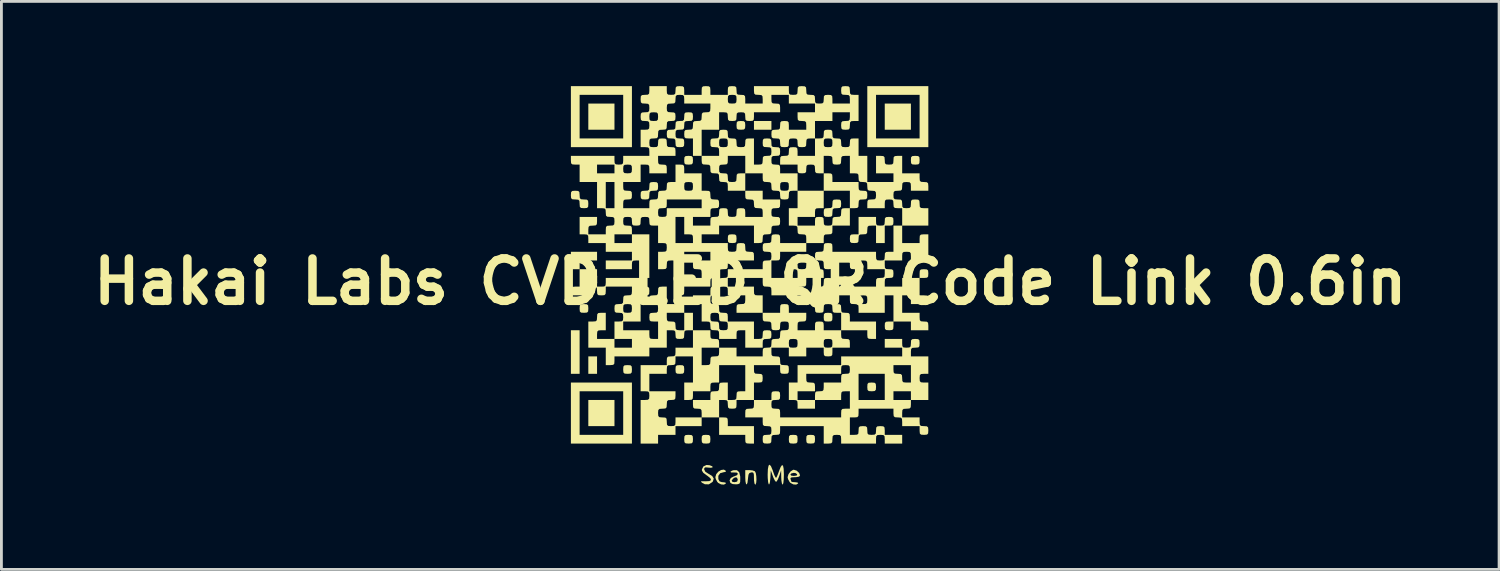
<source format=kicad_pcb>
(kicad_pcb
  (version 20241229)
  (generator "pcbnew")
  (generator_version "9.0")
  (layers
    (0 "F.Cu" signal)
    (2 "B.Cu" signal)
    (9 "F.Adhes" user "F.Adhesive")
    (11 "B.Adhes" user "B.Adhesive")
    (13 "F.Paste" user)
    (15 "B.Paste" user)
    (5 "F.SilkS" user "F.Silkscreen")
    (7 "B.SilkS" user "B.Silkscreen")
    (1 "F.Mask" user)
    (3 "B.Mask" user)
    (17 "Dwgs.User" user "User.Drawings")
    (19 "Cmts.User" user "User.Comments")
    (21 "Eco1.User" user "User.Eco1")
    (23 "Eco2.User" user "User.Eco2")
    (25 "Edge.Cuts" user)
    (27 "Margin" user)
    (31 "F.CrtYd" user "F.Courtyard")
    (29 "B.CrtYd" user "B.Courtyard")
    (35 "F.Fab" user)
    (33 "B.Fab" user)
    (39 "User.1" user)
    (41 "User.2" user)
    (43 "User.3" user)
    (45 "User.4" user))
  (footprint "Hakai Labs CVD LED QR Code Link 0.6in"
    (layer "F.Cu")
    (at 23.514 6.923)
    (property "Reference" "Hakai Labs CVD LED QR Code Link 0.6in" (at 0 0 0) (layer "F.SilkS") (effects (font (size 1.5 1.5) (thickness 0.3))))
    (attr board_only exclude_from_pos_files exclude_from_bom)
    (fp_poly (pts (xy -6.041 2.491) (xy -6.041 3.263) (xy -6.196 3.263) (xy -6.35 3.263) (xy -6.35 2.491) (xy -6.35 1.72) (xy -6.196 1.72) (xy -6.041 1.72)) (stroke (width 0) (type solid)) (fill yes) (layer "F.SilkS"))
    (fp_poly (pts (xy -5.424 2.955) (xy -5.424 3.263) (xy -5.578 3.263) (xy -5.733 3.263) (xy -5.733 2.955) (xy -5.733 2.646) (xy -5.578 2.646) (xy -5.424 2.646)) (stroke (width 0) (type solid)) (fill yes) (layer "F.SilkS"))
    (fp_poly (pts (xy -4.807 -5.843) (xy -4.807 -5.38) (xy -5.27 -5.38) (xy -5.733 -5.38) (xy -5.733 -5.843) (xy -5.733 -6.306) (xy -5.27 -6.306) (xy -4.807 -6.306)) (stroke (width 0) (type solid)) (fill yes) (layer "F.SilkS"))
    (fp_poly (pts (xy -4.807 4.652) (xy -4.807 5.115) (xy -5.27 5.115) (xy -5.733 5.115) (xy -5.733 4.652) (xy -5.733 4.189) (xy -5.27 4.189) (xy -4.807 4.189)) (stroke (width 0) (type solid)) (fill yes) (layer "F.SilkS"))
    (fp_poly (pts (xy 0.75 -5.534) (xy 0.75 -5.38) (xy 0.441 -5.38) (xy 0.132 -5.38) (xy 0.132 -5.534) (xy 0.132 -5.689) (xy 0.441 -5.689) (xy 0.75 -5.689)) (stroke (width 0) (type solid)) (fill yes) (layer "F.SilkS"))
    (fp_poly (pts (xy 5.689 -5.843) (xy 5.689 -5.38) (xy 5.226 -5.38) (xy 4.763 -5.38) (xy 4.763 -5.843) (xy 4.763 -6.306) (xy 5.226 -6.306) (xy 5.689 -6.306)) (stroke (width 0) (type solid)) (fill yes) (layer "F.SilkS"))
    (fp_poly (pts (xy -5.424 -0.904) (xy -5.424 -0.75) (xy -5.733 -0.75) (xy -6.041 -0.75) (xy -6.041 -0.595) (xy -6.041 -0.441) (xy -6.196 -0.441) (xy -6.35 -0.441) (xy -6.35 -0.75) (xy -6.35 -1.058) (xy -5.887 -1.058) (xy -5.424 -1.058)) (stroke (width 0) (type solid)) (fill yes) (layer "F.SilkS"))
    (fp_poly (pts (xy -5.784 0.801) (xy -5.741 0.839) (xy -5.733 0.936) (xy -5.733 0.948) (xy -5.739 1.052) (xy -5.778 1.094) (xy -5.875 1.102) (xy -5.887 1.102) (xy -5.99 1.096) (xy -6.033 1.057) (xy -6.041 0.96) (xy -6.041 0.948) (xy -6.034 0.845) (xy -5.996 0.802) (xy -5.899 0.794) (xy -5.887 0.794)) (stroke (width 0) (type solid)) (fill yes) (layer "F.SilkS"))
    (fp_poly (pts (xy -4.24 2.961) (xy -4.198 3) (xy -4.189 3.097) (xy -4.189 3.109) (xy -4.196 3.212) (xy -4.235 3.255) (xy -4.332 3.263) (xy -4.344 3.263) (xy -4.447 3.256) (xy -4.489 3.218) (xy -4.498 3.121) (xy -4.498 3.109) (xy -4.491 3.005) (xy -4.453 2.963) (xy -4.355 2.955) (xy -4.344 2.955)) (stroke (width 0) (type solid)) (fill yes) (layer "F.SilkS"))
    (fp_poly (pts (xy -2.388 2.961) (xy -2.346 3) (xy -2.337 3.097) (xy -2.337 3.109) (xy -2.344 3.212) (xy -2.382 3.255) (xy -2.48 3.263) (xy -2.491 3.263) (xy -2.595 3.256) (xy -2.637 3.218) (xy -2.646 3.121) (xy -2.646 3.109) (xy -2.639 3.005) (xy -2.6 2.963) (xy -2.503 2.955) (xy -2.491 2.955)) (stroke (width 0) (type solid)) (fill yes) (layer "F.SilkS"))
    (fp_poly (pts (xy -2.079 -4.447) (xy -2.037 -4.408) (xy -2.028 -4.311) (xy -2.028 -4.299) (xy -2.035 -4.196) (xy -2.074 -4.154) (xy -2.171 -4.145) (xy -2.183 -4.145) (xy -2.286 -4.152) (xy -2.329 -4.19) (xy -2.337 -4.288) (xy -2.337 -4.299) (xy -2.33 -4.403) (xy -2.292 -4.445) (xy -2.195 -4.454) (xy -2.183 -4.454)) (stroke (width 0) (type solid)) (fill yes) (layer "F.SilkS"))
    (fp_poly (pts (xy -2.079 5.431) (xy -2.037 5.469) (xy -2.028 5.567) (xy -2.028 5.578) (xy -2.035 5.682) (xy -2.074 5.724) (xy -2.171 5.733) (xy -2.183 5.733) (xy -2.286 5.726) (xy -2.329 5.687) (xy -2.337 5.59) (xy -2.337 5.578) (xy -2.33 5.475) (xy -2.292 5.432) (xy -2.195 5.424) (xy -2.183 5.424)) (stroke (width 0) (type solid)) (fill yes) (layer "F.SilkS"))
    (fp_poly (pts (xy -1.462 5.431) (xy -1.42 5.469) (xy -1.411 5.567) (xy -1.411 5.578) (xy -1.418 5.682) (xy -1.456 5.724) (xy -1.554 5.733) (xy -1.565 5.733) (xy -1.669 5.726) (xy -1.711 5.687) (xy -1.72 5.59) (xy -1.72 5.578) (xy -1.713 5.475) (xy -1.674 5.432) (xy -1.577 5.424) (xy -1.565 5.424)) (stroke (width 0) (type solid)) (fill yes) (layer "F.SilkS"))
    (fp_poly (pts (xy -0.536 -1.669) (xy -0.494 -1.63) (xy -0.485 -1.533) (xy -0.485 -1.521) (xy -0.492 -1.418) (xy -0.53 -1.375) (xy -0.628 -1.367) (xy -0.639 -1.367) (xy -0.743 -1.374) (xy -0.785 -1.412) (xy -0.794 -1.51) (xy -0.794 -1.521) (xy -0.787 -1.625) (xy -0.748 -1.667) (xy -0.651 -1.676) (xy -0.639 -1.676)) (stroke (width 0) (type solid)) (fill yes) (layer "F.SilkS"))
    (fp_poly (pts (xy -0.227 -5.682) (xy -0.185 -5.643) (xy -0.176 -5.546) (xy -0.176 -5.534) (xy -0.183 -5.431) (xy -0.222 -5.388) (xy -0.319 -5.38) (xy -0.331 -5.38) (xy -0.434 -5.387) (xy -0.477 -5.425) (xy -0.485 -5.522) (xy -0.485 -5.534) (xy -0.478 -5.638) (xy -0.44 -5.68) (xy -0.342 -5.689) (xy -0.331 -5.689)) (stroke (width 0) (type solid)) (fill yes) (layer "F.SilkS"))
    (fp_poly (pts (xy 1.625 5.431) (xy 1.667 5.469) (xy 1.676 5.567) (xy 1.676 5.578) (xy 1.669 5.682) (xy 1.63 5.724) (xy 1.533 5.733) (xy 1.521 5.733) (xy 1.418 5.726) (xy 1.375 5.687) (xy 1.367 5.59) (xy 1.367 5.578) (xy 1.374 5.475) (xy 1.412 5.432) (xy 1.51 5.424) (xy 1.521 5.424)) (stroke (width 0) (type solid)) (fill yes) (layer "F.SilkS"))
    (fp_poly (pts (xy 2.242 5.431) (xy 2.285 5.469) (xy 2.293 5.567) (xy 2.293 5.578) (xy 2.286 5.682) (xy 2.248 5.724) (xy 2.15 5.733) (xy 2.139 5.733) (xy 2.035 5.726) (xy 1.993 5.687) (xy 1.984 5.59) (xy 1.984 5.578) (xy 1.991 5.475) (xy 2.03 5.432) (xy 2.127 5.424) (xy 2.139 5.424)) (stroke (width 0) (type solid)) (fill yes) (layer "F.SilkS"))
    (fp_poly (pts (xy 2.86 1.109) (xy 2.902 1.148) (xy 2.91 1.245) (xy 2.91 1.257) (xy 2.904 1.36) (xy 2.865 1.403) (xy 2.768 1.411) (xy 2.756 1.411) (xy 2.653 1.404) (xy 2.61 1.366) (xy 2.602 1.269) (xy 2.602 1.257) (xy 2.609 1.153) (xy 2.647 1.111) (xy 2.744 1.102) (xy 2.756 1.102)) (stroke (width 0) (type solid)) (fill yes) (layer "F.SilkS"))
    (fp_poly (pts (xy 4.403 3.579) (xy 4.445 3.617) (xy 4.454 3.714) (xy 4.454 3.726) (xy 4.447 3.83) (xy 4.408 3.872) (xy 4.311 3.881) (xy 4.299 3.881) (xy 4.196 3.874) (xy 4.154 3.835) (xy 4.145 3.738) (xy 4.145 3.726) (xy 4.152 3.623) (xy 4.19 3.58) (xy 4.288 3.572) (xy 4.299 3.572)) (stroke (width 0) (type solid)) (fill yes) (layer "F.SilkS"))
    (fp_poly (pts (xy 5.946 -4.447) (xy 5.989 -4.408) (xy 5.997 -4.311) (xy 5.997 -4.299) (xy 5.99 -4.196) (xy 5.952 -4.154) (xy 5.855 -4.145) (xy 5.843 -4.145) (xy 5.739 -4.152) (xy 5.697 -4.19) (xy 5.689 -4.288) (xy 5.689 -4.299) (xy 5.695 -4.403) (xy 5.734 -4.445) (xy 5.831 -4.454) (xy 5.843 -4.454)) (stroke (width 0) (type solid)) (fill yes) (layer "F.SilkS"))
    (fp_poly (pts (xy -4.189 -5.843) (xy -4.189 -4.763) (xy -5.27 -4.763) (xy -6.35 -4.763) (xy -6.35 -5.843) (xy -6.041 -5.843) (xy -6.041 -5.071) (xy -5.27 -5.071) (xy -4.498 -5.071) (xy -4.498 -5.843) (xy -4.498 -6.615) (xy -5.27 -6.615) (xy -6.041 -6.615) (xy -6.041 -5.843) (xy -6.35 -5.843) (xy -6.35 -6.923) (xy -5.27 -6.923) (xy -4.189 -6.923)) (stroke (width 0) (type solid)) (fill yes) (layer "F.SilkS"))
    (fp_poly (pts (xy -4.189 4.652) (xy -4.189 5.733) (xy -5.27 5.733) (xy -6.35 5.733) (xy -6.35 4.652) (xy -6.041 4.652) (xy -6.041 5.424) (xy -5.27 5.424) (xy -4.498 5.424) (xy -4.498 4.652) (xy -4.498 3.881) (xy -5.27 3.881) (xy -6.041 3.881) (xy -6.041 4.652) (xy -6.35 4.652) (xy -6.35 3.572) (xy -5.27 3.572) (xy -4.189 3.572)) (stroke (width 0) (type solid)) (fill yes) (layer "F.SilkS"))
    (fp_poly (pts (xy 6.306 -5.843) (xy 6.306 -4.763) (xy 5.226 -4.763) (xy 4.145 -4.763) (xy 4.145 -5.843) (xy 4.454 -5.843) (xy 4.454 -5.071) (xy 5.226 -5.071) (xy 5.997 -5.071) (xy 5.997 -5.843) (xy 5.997 -6.615) (xy 5.226 -6.615) (xy 4.454 -6.615) (xy 4.454 -5.843) (xy 4.145 -5.843) (xy 4.145 -6.923) (xy 5.226 -6.923) (xy 6.306 -6.923)) (stroke (width 0) (type solid)) (fill yes) (layer "F.SilkS"))
    (fp_poly (pts (xy -0.845 4.813) (xy -0.802 4.852) (xy -0.794 4.949) (xy -0.794 4.961) (xy -0.794 5.115) (xy -0.331 5.115) (xy 0.132 5.115) (xy 0.132 5.424) (xy 0.132 5.733) (xy -0.022 5.733) (xy -0.125 5.726) (xy -0.168 5.687) (xy -0.176 5.59) (xy -0.176 5.578) (xy -0.176 5.424) (xy -0.639 5.424) (xy -1.102 5.424) (xy -1.102 5.115) (xy -1.102 4.807) (xy -0.948 4.807)) (stroke (width 0) (type solid)) (fill yes) (layer "F.SilkS"))
    (fp_poly (pts (xy -0.861 6.701) (xy -0.86 6.703) (xy -0.875 6.736) (xy -0.94 6.747) (xy -1.064 6.782) (xy -1.13 6.875) (xy -1.129 6.989) (xy -1.088 7.071) (xy -1.003 7.099) (xy -0.967 7.1) (xy -0.879 7.112) (xy -0.859 7.142) (xy -0.86 7.144) (xy -0.93 7.186) (xy -1.033 7.178) (xy -1.131 7.127) (xy -1.166 7.09) (xy -1.218 6.991) (xy -1.235 6.923) (xy -1.204 6.816) (xy -1.128 6.726) (xy -1.029 6.668) (xy -0.933 6.655)) (stroke (width 0) (type solid)) (fill yes) (layer "F.SilkS"))
    (fp_poly (pts (xy 0.084 6.684) (xy 0.165 6.714) (xy 0.165 6.714) (xy 0.196 6.776) (xy 0.214 6.884) (xy 0.22 7.007) (xy 0.212 7.117) (xy 0.189 7.181) (xy 0.176 7.188) (xy 0.151 7.148) (xy 0.135 7.047) (xy 0.132 6.964) (xy 0.129 6.833) (xy 0.112 6.769) (xy 0.072 6.751) (xy 0.033 6.755) (xy -0.029 6.777) (xy -0.062 6.835) (xy -0.078 6.954) (xy -0.08 6.978) (xy -0.098 7.121) (xy -0.124 7.181) (xy -0.15 7.16) (xy -0.17 7.064) (xy -0.176 6.931) (xy -0.176 6.673) (xy -0.033 6.672)) (stroke (width 0) (type solid)) (fill yes) (layer "F.SilkS"))
    (fp_poly (pts (xy -1.44 6.499) (xy -1.344 6.537) (xy -1.329 6.572) (xy -1.388 6.59) (xy -1.477 6.584) (xy -1.581 6.574) (xy -1.624 6.597) (xy -1.632 6.645) (xy -1.59 6.73) (xy -1.492 6.794) (xy -1.348 6.881) (xy -1.292 6.974) (xy -1.323 7.073) (xy -1.343 7.097) (xy -1.466 7.176) (xy -1.606 7.173) (xy -1.7 7.124) (xy -1.745 7.085) (xy -1.732 7.068) (xy -1.648 7.067) (xy -1.592 7.069) (xy -1.448 7.062) (xy -1.387 7.026) (xy -1.409 6.963) (xy -1.516 6.875) (xy -1.543 6.857) (xy -1.662 6.768) (xy -1.71 6.691) (xy -1.712 6.65) (xy -1.658 6.541) (xy -1.549 6.491)) (stroke (width 0) (type solid)) (fill yes) (layer "F.SilkS"))
    (fp_poly (pts (xy -6.092 -3.212) (xy -6.05 -3.174) (xy -6.041 -3.077) (xy -6.041 -3.065) (xy -6.034 -2.961) (xy -5.996 -2.919) (xy -5.899 -2.91) (xy -5.887 -2.91) (xy -5.784 -2.904) (xy -5.741 -2.865) (xy -5.733 -2.768) (xy -5.733 -2.756) (xy -5.739 -2.653) (xy -5.778 -2.61) (xy -5.875 -2.602) (xy -5.887 -2.602) (xy -5.99 -2.609) (xy -6.033 -2.647) (xy -6.041 -2.744) (xy -6.041 -2.756) (xy -6.048 -2.86) (xy -6.087 -2.902) (xy -6.184 -2.91) (xy -6.196 -2.91) (xy -6.299 -2.917) (xy -6.342 -2.956) (xy -6.35 -3.053) (xy -6.35 -3.065) (xy -6.343 -3.168) (xy -6.305 -3.211) (xy -6.207 -3.219) (xy -6.196 -3.219)) (stroke (width 0) (type solid)) (fill yes) (layer "F.SilkS"))
    (fp_poly (pts (xy -3.314 -3.521) (xy -3.272 -3.482) (xy -3.263 -3.385) (xy -3.263 -3.373) (xy -3.27 -3.27) (xy -3.309 -3.228) (xy -3.406 -3.219) (xy -3.418 -3.219) (xy -3.521 -3.212) (xy -3.563 -3.174) (xy -3.572 -3.077) (xy -3.572 -3.065) (xy -3.579 -2.961) (xy -3.617 -2.919) (xy -3.714 -2.91) (xy -3.726 -2.91) (xy -3.83 -2.917) (xy -3.872 -2.956) (xy -3.881 -3.053) (xy -3.881 -3.065) (xy -3.874 -3.168) (xy -3.835 -3.211) (xy -3.738 -3.219) (xy -3.726 -3.219) (xy -3.623 -3.226) (xy -3.58 -3.264) (xy -3.572 -3.362) (xy -3.572 -3.373) (xy -3.565 -3.477) (xy -3.527 -3.519) (xy -3.429 -3.528) (xy -3.418 -3.528)) (stroke (width 0) (type solid)) (fill yes) (layer "F.SilkS"))
    (fp_poly (pts (xy 3.168 -2.904) (xy 3.211 -2.865) (xy 3.219 -2.768) (xy 3.219 -2.756) (xy 3.212 -2.653) (xy 3.174 -2.61) (xy 3.077 -2.602) (xy 3.065 -2.602) (xy 2.961 -2.595) (xy 2.919 -2.556) (xy 2.91 -2.459) (xy 2.91 -2.447) (xy 2.904 -2.344) (xy 2.865 -2.302) (xy 2.768 -2.293) (xy 2.756 -2.293) (xy 2.653 -2.3) (xy 2.61 -2.338) (xy 2.602 -2.436) (xy 2.602 -2.447) (xy 2.609 -2.551) (xy 2.647 -2.593) (xy 2.744 -2.602) (xy 2.756 -2.602) (xy 2.86 -2.609) (xy 2.902 -2.647) (xy 2.91 -2.744) (xy 2.91 -2.756) (xy 2.917 -2.86) (xy 2.956 -2.902) (xy 3.053 -2.91) (xy 3.065 -2.91)) (stroke (width 0) (type solid)) (fill yes) (layer "F.SilkS"))
    (fp_poly (pts (xy -0.391 6.746) (xy -0.355 6.892) (xy -0.353 6.962) (xy -0.356 7.086) (xy -0.378 7.147) (xy -0.436 7.17) (xy -0.502 7.176) (xy -0.622 7.167) (xy -0.7 7.128) (xy -0.701 7.127) (xy -0.727 7.05) (xy -0.658 7.05) (xy -0.626 7.091) (xy -0.551 7.1) (xy -0.465 7.079) (xy -0.441 7.011) (xy -0.469 6.938) (xy -0.538 6.93) (xy -0.609 6.976) (xy -0.658 7.05) (xy -0.727 7.05) (xy -0.732 7.036) (xy -0.688 6.952) (xy -0.583 6.897) (xy -0.568 6.893) (xy -0.468 6.853) (xy -0.437 6.801) (xy -0.474 6.761) (xy -0.573 6.756) (xy -0.676 6.757) (xy -0.702 6.731) (xy -0.647 6.693) (xy -0.595 6.677) (xy -0.47 6.675)) (stroke (width 0) (type solid)) (fill yes) (layer "F.SilkS"))
    (fp_poly (pts (xy 1.646 6.693) (xy 1.732 6.773) (xy 1.764 6.86) (xy 1.731 6.904) (xy 1.626 6.922) (xy 1.583 6.923) (xy 1.468 6.929) (xy 1.424 6.953) (xy 1.428 6.993) (xy 1.452 7.063) (xy 1.455 7.081) (xy 1.494 7.094) (xy 1.587 7.1) (xy 1.59 7.1) (xy 1.678 7.112) (xy 1.699 7.142) (xy 1.698 7.144) (xy 1.627 7.186) (xy 1.525 7.178) (xy 1.426 7.127) (xy 1.392 7.09) (xy 1.339 6.991) (xy 1.323 6.923) (xy 1.352 6.824) (xy 1.422 6.824) (xy 1.445 6.866) (xy 1.543 6.879) (xy 1.644 6.865) (xy 1.665 6.824) (xy 1.612 6.781) (xy 1.543 6.769) (xy 1.456 6.79) (xy 1.422 6.824) (xy 1.352 6.824) (xy 1.354 6.817) (xy 1.428 6.719) (xy 1.517 6.663) (xy 1.543 6.659)) (stroke (width 0) (type solid)) (fill yes) (layer "F.SilkS"))
    (fp_poly (pts (xy 0.734 6.533) (xy 0.792 6.671) (xy 0.811 6.729) (xy 0.857 6.855) (xy 0.897 6.932) (xy 0.918 6.946) (xy 0.949 6.89) (xy 0.993 6.781) (xy 1.017 6.713) (xy 1.078 6.561) (xy 1.126 6.495) (xy 1.161 6.516) (xy 1.183 6.623) (xy 1.191 6.817) (xy 1.191 6.831) (xy 1.186 7.007) (xy 1.172 7.131) (xy 1.151 7.186) (xy 1.147 7.188) (xy 1.122 7.148) (xy 1.104 7.044) (xy 1.098 6.934) (xy 1.094 6.681) (xy 1.024 6.891) (xy 0.976 7.008) (xy 0.931 7.078) (xy 0.91 7.087) (xy 0.87 7.04) (xy 0.82 6.937) (xy 0.797 6.876) (xy 0.728 6.681) (xy 0.714 6.934) (xy 0.699 7.095) (xy 0.677 7.174) (xy 0.654 7.174) (xy 0.633 7.1) (xy 0.62 6.957) (xy 0.617 6.835) (xy 0.625 6.633) (xy 0.649 6.514) (xy 0.685 6.48)) (stroke (width 0) (type solid)) (fill yes) (layer "F.SilkS"))
    (fp_poly (pts (xy 4.454 -2.139) (xy 4.461 -2.035) (xy 4.499 -1.993) (xy 4.596 -1.984) (xy 4.608 -1.984) (xy 4.712 -1.991) (xy 4.754 -2.03) (xy 4.762 -2.127) (xy 4.763 -2.139) (xy 4.769 -2.242) (xy 4.808 -2.285) (xy 4.905 -2.293) (xy 4.917 -2.293) (xy 5.02 -2.286) (xy 5.063 -2.248) (xy 5.071 -2.15) (xy 5.071 -2.139) (xy 5.064 -2.035) (xy 5.026 -1.993) (xy 4.929 -1.984) (xy 4.917 -1.984) (xy 4.763 -1.984) (xy 4.763 -1.676) (xy 4.763 -1.367) (xy 4.608 -1.367) (xy 4.454 -1.367) (xy 4.454 -1.676) (xy 4.454 -1.984) (xy 4.299 -1.984) (xy 4.196 -1.978) (xy 4.154 -1.939) (xy 4.145 -1.842) (xy 4.145 -1.83) (xy 4.138 -1.727) (xy 4.1 -1.684) (xy 4.003 -1.676) (xy 3.991 -1.676) (xy 3.887 -1.669) (xy 3.845 -1.63) (xy 3.836 -1.533) (xy 3.836 -1.521) (xy 3.83 -1.418) (xy 3.791 -1.375) (xy 3.694 -1.367) (xy 3.682 -1.367) (xy 3.579 -1.374) (xy 3.536 -1.412) (xy 3.528 -1.51) (xy 3.528 -1.521) (xy 3.535 -1.625) (xy 3.573 -1.667) (xy 3.67 -1.676) (xy 3.682 -1.676) (xy 3.836 -1.676) (xy 3.836 -1.984) (xy 3.836 -2.293) (xy 4.145 -2.293) (xy 4.454 -2.293)) (stroke (width 0) (type solid)) (fill yes) (layer "F.SilkS"))
    (fp_poly (pts (xy -2.079 -5.99) (xy -2.037 -5.952) (xy -2.028 -5.855) (xy -2.028 -5.843) (xy -2.035 -5.739) (xy -2.074 -5.697) (xy -2.171 -5.689) (xy -2.183 -5.689) (xy -2.286 -5.682) (xy -2.329 -5.643) (xy -2.337 -5.546) (xy -2.337 -5.534) (xy -2.344 -5.431) (xy -2.382 -5.388) (xy -2.48 -5.38) (xy -2.491 -5.38) (xy -2.595 -5.373) (xy -2.637 -5.335) (xy -2.646 -5.237) (xy -2.646 -5.226) (xy -2.639 -5.122) (xy -2.6 -5.08) (xy -2.503 -5.071) (xy -2.491 -5.071) (xy -2.388 -5.064) (xy -2.346 -5.026) (xy -2.337 -4.929) (xy -2.337 -4.917) (xy -2.344 -4.813) (xy -2.382 -4.771) (xy -2.48 -4.763) (xy -2.491 -4.763) (xy -2.595 -4.769) (xy -2.637 -4.808) (xy -2.646 -4.905) (xy -2.646 -4.917) (xy -2.653 -5.02) (xy -2.691 -5.063) (xy -2.788 -5.071) (xy -2.8 -5.071) (xy -2.904 -5.078) (xy -2.946 -5.117) (xy -2.954 -5.214) (xy -2.955 -5.226) (xy -2.948 -5.329) (xy -2.909 -5.371) (xy -2.812 -5.38) (xy -2.8 -5.38) (xy -2.697 -5.387) (xy -2.654 -5.425) (xy -2.646 -5.522) (xy -2.646 -5.534) (xy -2.639 -5.638) (xy -2.6 -5.68) (xy -2.503 -5.689) (xy -2.491 -5.689) (xy -2.388 -5.695) (xy -2.346 -5.734) (xy -2.337 -5.831) (xy -2.337 -5.843) (xy -2.33 -5.946) (xy -2.292 -5.989) (xy -2.195 -5.997) (xy -2.183 -5.997)) (stroke (width 0) (type solid)) (fill yes) (layer "F.SilkS"))
    (fp_poly (pts (xy -0.845 -5.373) (xy -0.802 -5.335) (xy -0.794 -5.237) (xy -0.794 -5.226) (xy -0.787 -5.122) (xy -0.748 -5.08) (xy -0.651 -5.071) (xy -0.639 -5.071) (xy -0.536 -5.064) (xy -0.494 -5.026) (xy -0.485 -4.929) (xy -0.485 -4.917) (xy -0.478 -4.813) (xy -0.44 -4.771) (xy -0.342 -4.763) (xy -0.331 -4.763) (xy -0.227 -4.769) (xy -0.185 -4.808) (xy -0.176 -4.905) (xy -0.176 -4.917) (xy -0.17 -5.02) (xy -0.131 -5.063) (xy -0.034 -5.071) (xy -0.022 -5.071) (xy 0.132 -5.071) (xy 0.132 -4.608) (xy 0.132 -4.145) (xy 0.287 -4.145) (xy 0.39 -4.152) (xy 0.432 -4.19) (xy 0.441 -4.288) (xy 0.441 -4.299) (xy 0.448 -4.403) (xy 0.486 -4.445) (xy 0.584 -4.454) (xy 0.595 -4.454) (xy 0.699 -4.461) (xy 0.741 -4.499) (xy 0.75 -4.596) (xy 0.75 -4.608) (xy 0.743 -4.712) (xy 0.704 -4.754) (xy 0.607 -4.762) (xy 0.595 -4.763) (xy 0.492 -4.769) (xy 0.449 -4.808) (xy 0.441 -4.905) (xy 0.441 -4.917) (xy 0.448 -5.02) (xy 0.486 -5.063) (xy 0.584 -5.071) (xy 0.595 -5.071) (xy 0.699 -5.064) (xy 0.741 -5.026) (xy 0.75 -4.929) (xy 0.75 -4.917) (xy 0.756 -4.813) (xy 0.795 -4.771) (xy 0.892 -4.763) (xy 0.904 -4.763) (xy 1.007 -4.756) (xy 1.05 -4.717) (xy 1.058 -4.62) (xy 1.058 -4.608) (xy 1.052 -4.505) (xy 1.013 -4.462) (xy 0.916 -4.454) (xy 0.904 -4.454) (xy 0.801 -4.447) (xy 0.758 -4.408) (xy 0.75 -4.311) (xy 0.75 -4.299) (xy 0.756 -4.196) (xy 0.795 -4.154) (xy 0.892 -4.145) (xy 0.904 -4.145) (xy 1.007 -4.138) (xy 1.05 -4.1) (xy 1.058 -4.003) (xy 1.058 -3.991) (xy 1.058 -3.836) (xy 1.367 -3.836) (xy 1.676 -3.836) (xy 1.676 -3.528) (xy 1.676 -3.219) (xy 2.139 -3.219) (xy 2.602 -3.219) (xy 2.602 -3.528) (xy 2.602 -3.836) (xy 2.756 -3.836) (xy 2.86 -3.83) (xy 2.902 -3.791) (xy 2.91 -3.694) (xy 2.91 -3.682) (xy 2.91 -3.528) (xy 3.373 -3.528) (xy 3.836 -3.528) (xy 3.836 -3.373) (xy 3.843 -3.27) (xy 3.882 -3.228) (xy 3.979 -3.219) (xy 3.991 -3.219) (xy 4.094 -3.212) (xy 4.137 -3.174) (xy 4.145 -3.077) (xy 4.145 -3.065) (xy 4.138 -2.961) (xy 4.1 -2.919) (xy 4.003 -2.91) (xy 3.991 -2.91) (xy 3.887 -2.904) (xy 3.845 -2.865) (xy 3.836 -2.768) (xy 3.836 -2.756) (xy 3.83 -2.653) (xy 3.791 -2.61) (xy 3.694 -2.602) (xy 3.682 -2.602) (xy 3.528 -2.602) (xy 3.528 -2.293) (xy 3.528 -1.984) (xy 3.219 -1.984) (xy 2.91 -1.984) (xy 2.91 -1.83) (xy 2.904 -1.727) (xy 2.865 -1.684) (xy 2.768 -1.676) (xy 2.756 -1.676) (xy 2.653 -1.669) (xy 2.61 -1.63) (xy 2.602 -1.533) (xy 2.602 -1.521) (xy 2.602 -1.367) (xy 2.293 -1.367) (xy 1.984 -1.367) (xy 1.984 -1.213) (xy 1.984 -1.058) (xy 1.521 -1.058) (xy 1.058 -1.058) (xy 1.058 -0.904) (xy 1.052 -0.801) (xy 1.013 -0.758) (xy 0.916 -0.75) (xy 0.904 -0.75) (xy 0.75 -0.75) (xy 0.75 -0.441) (xy 0.75 -0.132) (xy 1.213 -0.132) (xy 1.676 -0.132) (xy 1.676 -0.287) (xy 1.669 -0.39) (xy 1.63 -0.432) (xy 1.533 -0.441) (xy 1.521 -0.441) (xy 1.418 -0.448) (xy 1.375 -0.486) (xy 1.367 -0.584) (xy 1.367 -0.595) (xy 1.374 -0.699) (xy 1.412 -0.741) (xy 1.51 -0.75) (xy 1.521 -0.75) (xy 1.625 -0.743) (xy 1.667 -0.704) (xy 1.676 -0.607) (xy 1.676 -0.595) (xy 1.683 -0.492) (xy 1.721 -0.449) (xy 1.818 -0.441) (xy 1.83 -0.441) (xy 1.933 -0.448) (xy 1.976 -0.486) (xy 1.984 -0.584) (xy 1.984 -0.595) (xy 1.991 -0.699) (xy 2.03 -0.741) (xy 2.127 -0.75) (xy 2.139 -0.75) (xy 2.242 -0.743) (xy 2.285 -0.704) (xy 2.293 -0.607) (xy 2.293 -0.595) (xy 2.3 -0.492) (xy 2.338 -0.449) (xy 2.436 -0.441) (xy 2.447 -0.441) (xy 2.551 -0.434) (xy 2.593 -0.396) (xy 2.602 -0.298) (xy 2.602 -0.287) (xy 2.602 -0.132) (xy 2.293 -0.132) (xy 1.984 -0.132) (xy 1.984 0.022) (xy 1.978 0.125) (xy 1.939 0.168) (xy 1.842 0.176) (xy 1.83 0.176) (xy 1.727 0.183) (xy 1.684 0.222) (xy 1.676 0.319) (xy 1.676 0.331) (xy 1.676 0.485) (xy 1.213 0.485) (xy 0.75 0.485) (xy 0.75 0.331) (xy 0.743 0.227) (xy 0.704 0.185) (xy 0.607 0.176) (xy 0.595 0.176) (xy 0.492 0.17) (xy 0.449 0.131) (xy 0.441 0.034) (xy 0.441 0.022) (xy 0.441 -0.132) (xy -0.176 -0.132) (xy -0.794 -0.132) (xy -0.794 0.022) (xy -0.794 0.176) (xy -0.331 0.176) (xy 0.132 0.176) (xy 0.132 0.331) (xy 0.139 0.434) (xy 0.178 0.477) (xy 0.275 0.485) (xy 0.287 0.485) (xy 0.441 0.485) (xy 0.441 0.794) (xy 0.441 1.102) (xy -0.022 1.102) (xy -0.485 1.102) (xy -0.485 0.948) (xy -0.478 0.845) (xy -0.44 0.802) (xy -0.342 0.794) (xy -0.331 0.794) (xy -0.227 0.787) (xy -0.185 0.748) (xy -0.176 0.651) (xy -0.176 0.639) (xy -0.176 0.485) (xy -0.485 0.485) (xy -0.794 0.485) (xy -0.794 0.331) (xy -0.801 0.227) (xy -0.839 0.185) (xy -0.936 0.176) (xy -0.948 0.176) (xy -1.052 0.183) (xy -1.094 0.222) (xy -1.102 0.319) (xy -1.102 0.331) (xy -1.109 0.434) (xy -1.148 0.477) (xy -1.245 0.485) (xy -1.257 0.485) (xy -1.36 0.492) (xy -1.403 0.53) (xy -1.411 0.628) (xy -1.411 0.639) (xy -1.404 0.743) (xy -1.366 0.785) (xy -1.269 0.794) (xy -1.257 0.794) (xy -1.153 0.801) (xy -1.111 0.839) (xy -1.102 0.936) (xy -1.102 0.948) (xy -1.096 1.052) (xy -1.057 1.094) (xy -0.96 1.102) (xy -0.948 1.102) (xy -0.845 1.109) (xy -0.802 1.148) (xy -0.794 1.245) (xy -0.794 1.257) (xy -0.794 1.411) (xy -0.331 1.411) (xy 0.132 1.411) (xy 0.132 1.72) (xy 0.132 2.028) (xy 0.287 2.028) (xy 0.39 2.022) (xy 0.432 1.983) (xy 0.441 1.886) (xy 0.441 1.874) (xy 0.448 1.771) (xy 0.486 1.728) (xy 0.584 1.72) (xy 0.595 1.72) (xy 0.699 1.727) (xy 0.741 1.765) (xy 0.75 1.862) (xy 0.75 1.874) (xy 0.743 1.978) (xy 0.704 2.02) (xy 0.607 2.028) (xy 0.595 2.028) (xy 0.492 2.035) (xy 0.449 2.074) (xy 0.441 2.171) (xy 0.441 2.183) (xy 0.441 2.337) (xy 0.132 2.337) (xy -0.176 2.337) (xy -0.176 2.028) (xy -0.176 1.72) (xy -0.331 1.72) (xy -0.434 1.727) (xy -0.477 1.765) (xy -0.485 1.862) (xy -0.485 1.874) (xy -0.485 2.028) (xy -0.794 2.028) (xy -1.102 2.028) (xy -1.102 1.874) (xy -1.109 1.771) (xy -1.148 1.728) (xy -1.245 1.72) (xy -1.257 1.72) (xy -1.36 1.713) (xy -1.403 1.674) (xy -1.411 1.577) (xy -1.411 1.565) (xy -1.418 1.462) (xy -1.456 1.42) (xy -1.554 1.411) (xy -1.565 1.411) (xy -1.72 1.411) (xy -1.72 1.257) (xy -1.411 1.257) (xy -1.404 1.36) (xy -1.366 1.403) (xy -1.269 1.411) (xy -1.257 1.411) (xy -1.153 1.418) (xy -1.111 1.456) (xy -1.102 1.554) (xy -1.102 1.565) (xy -1.096 1.669) (xy -1.057 1.711) (xy -0.96 1.72) (xy -0.948 1.72) (xy -0.845 1.713) (xy -0.802 1.674) (xy -0.794 1.577) (xy -0.794 1.565) (xy -0.801 1.462) (xy -0.839 1.42) (xy -0.936 1.411) (xy -0.948 1.411) (xy -1.052 1.404) (xy -1.094 1.366) (xy -1.102 1.269) (xy -1.102 1.257) (xy -1.109 1.153) (xy -1.148 1.111) (xy -1.245 1.102) (xy -1.257 1.102) (xy -1.36 1.109) (xy -1.403 1.148) (xy -1.411 1.245) (xy -1.411 1.257) (xy -1.72 1.257) (xy -1.72 1.102) (xy -1.72 0.794) (xy -1.874 0.794) (xy -1.978 0.787) (xy -2.02 0.748) (xy -2.028 0.651) (xy -2.028 0.639) (xy -2.028 0.485) (xy -1.72 0.485) (xy -1.411 0.485) (xy -1.411 0.331) (xy -1.404 0.227) (xy -1.366 0.185) (xy -1.269 0.176) (xy -1.257 0.176) (xy -1.153 0.17) (xy -1.111 0.131) (xy -1.102 0.034) (xy -1.102 0.022) (xy -1.096 -0.081) (xy -1.057 -0.124) (xy -0.96 -0.132) (xy -0.948 -0.132) (xy -0.845 -0.139) (xy -0.802 -0.178) (xy -0.794 -0.275) (xy -0.794 -0.287) (xy -0.794 -0.441) (xy -0.176 -0.441) (xy 0.441 -0.441) (xy 0.441 -0.595) (xy 0.448 -0.699) (xy 0.486 -0.741) (xy 0.584 -0.75) (xy 0.595 -0.75) (xy 0.699 -0.756) (xy 0.741 -0.795) (xy 0.75 -0.892) (xy 0.75 -0.904) (xy 0.743 -1.007) (xy 0.704 -1.05) (xy 0.607 -1.058) (xy 0.595 -1.058) (xy 0.492 -1.065) (xy 0.449 -1.104) (xy 0.441 -1.201) (xy 0.441 -1.213) (xy 0.448 -1.316) (xy 0.486 -1.359) (xy 0.584 -1.367) (xy 0.595 -1.367) (xy 0.699 -1.374) (xy 0.741 -1.412) (xy 0.75 -1.51) (xy 0.75 -1.521) (xy 0.756 -1.625) (xy 0.795 -1.667) (xy 0.892 -1.676) (xy 0.904 -1.676) (xy 1.007 -1.669) (xy 1.05 -1.63) (xy 1.058 -1.533) (xy 1.058 -1.521) (xy 1.058 -1.367) (xy 1.521 -1.367) (xy 1.984 -1.367) (xy 1.984 -1.521) (xy 1.978 -1.625) (xy 1.939 -1.667) (xy 1.842 -1.676) (xy 1.83 -1.676) (xy 1.727 -1.683) (xy 1.684 -1.721) (xy 1.676 -1.818) (xy 1.676 -1.83) (xy 1.669 -1.933) (xy 1.63 -1.976) (xy 1.533 -1.984) (xy 1.521 -1.984) (xy 1.367 -1.984) (xy 1.367 -2.293) (xy 1.676 -2.293) (xy 1.676 -2.139) (xy 1.676 -1.984) (xy 1.984 -1.984) (xy 2.293 -1.984) (xy 2.293 -2.139) (xy 2.3 -2.242) (xy 2.338 -2.285) (xy 2.436 -2.293) (xy 2.447 -2.293) (xy 2.551 -2.286) (xy 2.593 -2.248) (xy 2.602 -2.15) (xy 2.602 -2.139) (xy 2.609 -2.035) (xy 2.647 -1.993) (xy 2.744 -1.984) (xy 2.756 -1.984) (xy 2.86 -1.991) (xy 2.902 -2.03) (xy 2.91 -2.127) (xy 2.91 -2.139) (xy 2.917 -2.242) (xy 2.956 -2.285) (xy 3.053 -2.293) (xy 3.065 -2.293) (xy 3.168 -2.3) (xy 3.211 -2.338) (xy 3.219 -2.436) (xy 3.219 -2.447) (xy 3.226 -2.551) (xy 3.264 -2.593) (xy 3.362 -2.602) (xy 3.373 -2.602) (xy 3.528 -2.602) (xy 3.528 -2.91) (xy 3.528 -3.219) (xy 3.065 -3.219) (xy 2.602 -3.219) (xy 2.602 -2.91) (xy 2.602 -2.602) (xy 2.447 -2.602) (xy 2.344 -2.595) (xy 2.302 -2.556) (xy 2.293 -2.459) (xy 2.293 -2.447) (xy 2.293 -2.293) (xy 1.984 -2.293) (xy 1.676 -2.293) (xy 1.367 -2.293) (xy 1.367 -2.602) (xy 1.521 -2.602) (xy 1.676 -2.602) (xy 1.676 -2.91) (xy 1.676 -3.219) (xy 1.521 -3.219) (xy 1.418 -3.212) (xy 1.375 -3.174) (xy 1.367 -3.077) (xy 1.367 -3.065) (xy 1.36 -2.961) (xy 1.322 -2.919) (xy 1.224 -2.91) (xy 1.213 -2.91) (xy 1.109 -2.917) (xy 1.067 -2.956) (xy 1.058 -3.053) (xy 1.058 -3.065) (xy 1.052 -3.168) (xy 1.013 -3.211) (xy 0.916 -3.219) (xy 0.904 -3.219) (xy 0.801 -3.226) (xy 0.758 -3.264) (xy 0.75 -3.362) (xy 0.75 -3.373) (xy 1.058 -3.373) (xy 1.065 -3.27) (xy 1.104 -3.228) (xy 1.201 -3.219) (xy 1.213 -3.219) (xy 1.316 -3.226) (xy 1.359 -3.264) (xy 1.367 -3.362) (xy 1.367 -3.373) (xy 1.36 -3.477) (xy 1.322 -3.519) (xy 1.224 -3.528) (xy 1.213 -3.528) (xy 1.109 -3.521) (xy 1.067 -3.482) (xy 1.058 -3.385) (xy 1.058 -3.373) (xy 0.75 -3.373) (xy 0.743 -3.477) (xy 0.704 -3.519) (xy 0.607 -3.528) (xy 0.595 -3.528) (xy 0.492 -3.535) (xy 0.449 -3.573) (xy 0.441 -3.67) (xy 0.441 -3.682) (xy 0.441 -3.836) (xy 0.132 -3.836) (xy -0.176 -3.836) (xy -0.176 -3.528) (xy -0.176 -3.219) (xy -0.485 -3.219) (xy -0.794 -3.219) (xy -0.794 -3.373) (xy -0.801 -3.477) (xy -0.839 -3.519) (xy -0.936 -3.528) (xy -0.948 -3.528) (xy -1.052 -3.535) (xy -1.094 -3.573) (xy -1.102 -3.67) (xy -1.102 -3.682) (xy -1.109 -3.786) (xy -1.148 -3.828) (xy -1.245 -3.836) (xy -1.257 -3.836) (xy -1.36 -3.843) (xy -1.403 -3.882) (xy -1.411 -3.979) (xy -1.411 -3.991) (xy -1.102 -3.991) (xy -1.096 -3.887) (xy -1.057 -3.845) (xy -0.96 -3.836) (xy -0.948 -3.836) (xy -0.845 -3.83) (xy -0.802 -3.791) (xy -0.794 -3.694) (xy -0.794 -3.682) (xy -0.787 -3.579) (xy -0.748 -3.536) (xy -0.651 -3.528) (xy -0.639 -3.528) (xy -0.536 -3.535) (xy -0.494 -3.573) (xy -0.485 -3.67) (xy -0.485 -3.682) (xy -0.478 -3.786) (xy -0.44 -3.828) (xy -0.342 -3.836) (xy -0.331 -3.836) (xy -0.176 -3.836) (xy -0.176 -4.145) (xy -0.176 -4.454) (xy -0.485 -4.454) (xy -0.794 -4.454) (xy -0.794 -4.299) (xy -0.801 -4.196) (xy -0.839 -4.154) (xy -0.936 -4.145) (xy -0.948 -4.145) (xy -1.052 -4.138) (xy -1.094 -4.1) (xy -1.102 -4.003) (xy -1.102 -3.991) (xy -1.411 -3.991) (xy -1.418 -4.094) (xy -1.456 -4.137) (xy -1.554 -4.145) (xy -1.565 -4.145) (xy -1.669 -4.152) (xy -1.711 -4.19) (xy -1.72 -4.288) (xy -1.72 -4.299) (xy -1.72 -4.454) (xy -1.411 -4.454) (xy -1.102 -4.454) (xy -1.102 -4.608) (xy -1.109 -4.712) (xy -1.148 -4.754) (xy -1.245 -4.762) (xy -1.257 -4.763) (xy -1.36 -4.769) (xy -1.403 -4.808) (xy -1.411 -4.905) (xy -1.411 -4.917) (xy -1.102 -4.917) (xy -1.096 -4.813) (xy -1.057 -4.771) (xy -0.96 -4.763) (xy -0.948 -4.763) (xy -0.845 -4.769) (xy -0.802 -4.808) (xy -0.794 -4.905) (xy -0.794 -4.917) (xy -0.801 -5.02) (xy -0.839 -5.063) (xy -0.936 -5.071) (xy -0.948 -5.071) (xy -1.052 -5.064) (xy -1.094 -5.026) (xy -1.102 -4.929) (xy -1.102 -4.917) (xy -1.411 -4.917) (xy -1.404 -5.02) (xy -1.366 -5.063) (xy -1.269 -5.071) (xy -1.257 -5.071) (xy -1.153 -5.078) (xy -1.111 -5.117) (xy -1.102 -5.214) (xy -1.102 -5.226) (xy -1.096 -5.329) (xy -1.057 -5.371) (xy -0.96 -5.38) (xy -0.948 -5.38)) (stroke (width 0) (type solid)) (fill yes) (layer "F.SilkS"))
    (fp_poly (pts (xy -2.955 -6.769) (xy -2.948 -6.665) (xy -2.909 -6.623) (xy -2.812 -6.615) (xy -2.8 -6.615) (xy -2.697 -6.621) (xy -2.654 -6.66) (xy -2.646 -6.757) (xy -2.646 -6.769) (xy -2.639 -6.872) (xy -2.6 -6.915) (xy -2.503 -6.923) (xy -2.491 -6.923) (xy -2.388 -6.916) (xy -2.346 -6.878) (xy -2.337 -6.781) (xy -2.337 -6.769) (xy -2.337 -6.615) (xy -2.028 -6.615) (xy -1.72 -6.615) (xy -1.72 -6.769) (xy -1.713 -6.872) (xy -1.674 -6.915) (xy -1.577 -6.923) (xy -1.565 -6.923) (xy -1.462 -6.916) (xy -1.42 -6.878) (xy -1.411 -6.781) (xy -1.411 -6.769) (xy -1.411 -6.615) (xy -1.102 -6.615) (xy -0.794 -6.615) (xy -0.794 -6.769) (xy -0.787 -6.872) (xy -0.748 -6.915) (xy -0.651 -6.923) (xy -0.639 -6.923) (xy -0.536 -6.916) (xy -0.494 -6.878) (xy -0.485 -6.781) (xy -0.485 -6.769) (xy -0.478 -6.665) (xy -0.44 -6.623) (xy -0.342 -6.615) (xy -0.331 -6.615) (xy -0.227 -6.608) (xy -0.185 -6.569) (xy -0.176 -6.472) (xy -0.176 -6.46) (xy -0.176 -6.306) (xy 0.132 -6.306) (xy 0.441 -6.306) (xy 0.441 -6.46) (xy 0.434 -6.564) (xy 0.396 -6.606) (xy 0.298 -6.615) (xy 0.287 -6.615) (xy 0.183 -6.621) (xy 0.141 -6.66) (xy 0.132 -6.757) (xy 0.132 -6.769) (xy 0.132 -6.923) (xy 0.75 -6.923) (xy 1.367 -6.923) (xy 1.367 -6.769) (xy 1.374 -6.665) (xy 1.412 -6.623) (xy 1.51 -6.615) (xy 1.521 -6.615) (xy 1.625 -6.621) (xy 1.667 -6.66) (xy 1.676 -6.757) (xy 1.676 -6.769) (xy 1.683 -6.872) (xy 1.721 -6.915) (xy 1.818 -6.923) (xy 1.83 -6.923) (xy 1.933 -6.916) (xy 1.976 -6.878) (xy 1.984 -6.781) (xy 1.984 -6.769) (xy 1.991 -6.665) (xy 2.03 -6.623) (xy 2.127 -6.615) (xy 2.139 -6.615) (xy 2.242 -6.608) (xy 2.285 -6.569) (xy 2.293 -6.472) (xy 2.293 -6.46) (xy 2.3 -6.357) (xy 2.338 -6.314) (xy 2.436 -6.306) (xy 2.447 -6.306) (xy 2.551 -6.313) (xy 2.593 -6.351) (xy 2.602 -6.448) (xy 2.602 -6.46) (xy 2.609 -6.564) (xy 2.647 -6.606) (xy 2.744 -6.615) (xy 2.756 -6.615) (xy 2.86 -6.608) (xy 2.902 -6.569) (xy 2.91 -6.472) (xy 2.91 -6.46) (xy 2.91 -6.306) (xy 3.219 -6.306) (xy 3.528 -6.306) (xy 3.528 -6.46) (xy 3.521 -6.564) (xy 3.482 -6.606) (xy 3.385 -6.615) (xy 3.373 -6.615) (xy 3.27 -6.621) (xy 3.228 -6.66) (xy 3.219 -6.757) (xy 3.219 -6.769) (xy 3.226 -6.872) (xy 3.264 -6.915) (xy 3.362 -6.923) (xy 3.373 -6.923) (xy 3.477 -6.916) (xy 3.519 -6.878) (xy 3.528 -6.781) (xy 3.528 -6.769) (xy 3.535 -6.665) (xy 3.573 -6.623) (xy 3.67 -6.615) (xy 3.682 -6.615) (xy 3.836 -6.615) (xy 3.836 -6.152) (xy 3.836 -5.689) (xy 3.682 -5.689) (xy 3.579 -5.682) (xy 3.536 -5.643) (xy 3.528 -5.546) (xy 3.528 -5.534) (xy 3.521 -5.431) (xy 3.482 -5.388) (xy 3.385 -5.38) (xy 3.373 -5.38) (xy 3.27 -5.387) (xy 3.228 -5.425) (xy 3.219 -5.522) (xy 3.219 -5.534) (xy 3.226 -5.638) (xy 3.264 -5.68) (xy 3.362 -5.689) (xy 3.373 -5.689) (xy 3.477 -5.695) (xy 3.519 -5.734) (xy 3.528 -5.831) (xy 3.528 -5.843) (xy 3.528 -5.997) (xy 3.219 -5.997) (xy 2.91 -5.997) (xy 2.91 -5.843) (xy 2.91 -5.689) (xy 2.602 -5.689) (xy 2.293 -5.689) (xy 2.293 -5.38) (xy 2.293 -5.071) (xy 2.447 -5.071) (xy 2.551 -5.078) (xy 2.593 -5.117) (xy 2.602 -5.214) (xy 2.602 -5.226) (xy 2.609 -5.329) (xy 2.647 -5.371) (xy 2.744 -5.38) (xy 2.756 -5.38) (xy 2.86 -5.373) (xy 2.902 -5.335) (xy 2.91 -5.237) (xy 2.91 -5.226) (xy 2.917 -5.122) (xy 2.956 -5.08) (xy 3.053 -5.071) (xy 3.065 -5.071) (xy 3.168 -5.064) (xy 3.211 -5.026) (xy 3.219 -4.929) (xy 3.219 -4.917) (xy 3.226 -4.813) (xy 3.264 -4.771) (xy 3.362 -4.763) (xy 3.373 -4.763) (xy 3.477 -4.769) (xy 3.519 -4.808) (xy 3.528 -4.905) (xy 3.528 -4.917) (xy 3.535 -5.02) (xy 3.573 -5.063) (xy 3.67 -5.071) (xy 3.682 -5.071) (xy 3.836 -5.071) (xy 3.836 -4.763) (xy 3.836 -4.454) (xy 3.991 -4.454) (xy 4.145 -4.454) (xy 4.145 -3.991) (xy 4.145 -3.528) (xy 4.608 -3.528) (xy 5.071 -3.528) (xy 5.071 -3.682) (xy 5.071 -3.836) (xy 4.763 -3.836) (xy 4.454 -3.836) (xy 4.454 -4.145) (xy 4.454 -4.454) (xy 4.608 -4.454) (xy 4.712 -4.447) (xy 4.754 -4.408) (xy 4.762 -4.311) (xy 4.763 -4.299) (xy 4.769 -4.196) (xy 4.808 -4.154) (xy 4.905 -4.145) (xy 4.917 -4.145) (xy 5.02 -4.152) (xy 5.063 -4.19) (xy 5.071 -4.288) (xy 5.071 -4.299) (xy 5.078 -4.403) (xy 5.117 -4.445) (xy 5.214 -4.454) (xy 5.226 -4.454) (xy 5.38 -4.454) (xy 5.38 -4.145) (xy 5.38 -3.836) (xy 5.689 -3.836) (xy 5.997 -3.836) (xy 5.997 -3.682) (xy 6.004 -3.579) (xy 6.043 -3.536) (xy 6.14 -3.528) (xy 6.152 -3.528) (xy 6.255 -3.521) (xy 6.297 -3.482) (xy 6.306 -3.385) (xy 6.306 -3.373) (xy 6.306 -3.219) (xy 5.997 -3.219) (xy 5.689 -3.219) (xy 5.689 -3.373) (xy 5.682 -3.477) (xy 5.643 -3.519) (xy 5.546 -3.528) (xy 5.534 -3.528) (xy 5.431 -3.521) (xy 5.388 -3.482) (xy 5.38 -3.385) (xy 5.38 -3.373) (xy 5.373 -3.27) (xy 5.335 -3.228) (xy 5.237 -3.219) (xy 5.226 -3.219) (xy 5.122 -3.212) (xy 5.08 -3.174) (xy 5.071 -3.077) (xy 5.071 -3.065) (xy 5.078 -2.961) (xy 5.117 -2.919) (xy 5.214 -2.91) (xy 5.226 -2.91) (xy 5.329 -2.904) (xy 5.371 -2.865) (xy 5.38 -2.768) (xy 5.38 -2.756) (xy 5.387 -2.653) (xy 5.425 -2.61) (xy 5.522 -2.602) (xy 5.534 -2.602) (xy 5.638 -2.609) (xy 5.68 -2.647) (xy 5.689 -2.744) (xy 5.689 -2.756) (xy 5.695 -2.86) (xy 5.734 -2.902) (xy 5.831 -2.91) (xy 5.843 -2.91) (xy 5.946 -2.904) (xy 5.989 -2.865) (xy 5.997 -2.768) (xy 5.997 -2.756) (xy 6.004 -2.653) (xy 6.043 -2.61) (xy 6.14 -2.602) (xy 6.152 -2.602) (xy 6.306 -2.602) (xy 6.306 -2.293) (xy 6.306 -1.984) (xy 5.843 -1.984) (xy 5.38 -1.984) (xy 5.38 -1.676) (xy 5.38 -1.367) (xy 5.689 -1.367) (xy 5.997 -1.367) (xy 5.997 -1.521) (xy 6.004 -1.625) (xy 6.043 -1.667) (xy 6.14 -1.676) (xy 6.152 -1.676) (xy 6.306 -1.676) (xy 6.306 -1.213) (xy 6.306 -0.75) (xy 5.997 -0.75) (xy 5.689 -0.75) (xy 5.689 -0.904) (xy 5.682 -1.007) (xy 5.643 -1.05) (xy 5.546 -1.058) (xy 5.534 -1.058) (xy 5.431 -1.052) (xy 5.388 -1.013) (xy 5.38 -0.916) (xy 5.38 -0.904) (xy 5.38 -0.75) (xy 5.071 -0.75) (xy 4.763 -0.75) (xy 4.763 -0.595) (xy 4.769 -0.492) (xy 4.808 -0.449) (xy 4.905 -0.441) (xy 4.917 -0.441) (xy 5.02 -0.434) (xy 5.063 -0.396) (xy 5.071 -0.298) (xy 5.071 -0.287) (xy 5.064 -0.183) (xy 5.026 -0.141) (xy 4.929 -0.132) (xy 4.917 -0.132) (xy 4.813 -0.125) (xy 4.771 -0.087) (xy 4.763 0.01) (xy 4.763 0.022) (xy 4.763 0.176) (xy 5.071 0.176) (xy 5.38 0.176) (xy 5.38 0.022) (xy 5.38 -0.132) (xy 5.689 -0.132) (xy 5.997 -0.132) (xy 5.997 -0.287) (xy 6.004 -0.39) (xy 6.043 -0.432) (xy 6.14 -0.441) (xy 6.152 -0.441) (xy 6.255 -0.434) (xy 6.297 -0.396) (xy 6.306 -0.298) (xy 6.306 -0.287) (xy 6.299 -0.183) (xy 6.261 -0.141) (xy 6.163 -0.132) (xy 6.152 -0.132) (xy 5.997 -0.132) (xy 5.997 0.176) (xy 5.997 0.485) (xy 6.152 0.485) (xy 6.255 0.492) (xy 6.297 0.53) (xy 6.306 0.628) (xy 6.306 0.639) (xy 6.306 0.794) (xy 5.997 0.794) (xy 5.689 0.794) (xy 5.689 0.639) (xy 5.682 0.536) (xy 5.643 0.494) (xy 5.546 0.485) (xy 5.534 0.485) (xy 5.38 0.485) (xy 5.38 0.794) (xy 5.38 1.102) (xy 5.689 1.102) (xy 5.997 1.102) (xy 5.997 1.257) (xy 6.004 1.36) (xy 6.043 1.403) (xy 6.14 1.411) (xy 6.152 1.411) (xy 6.255 1.418) (xy 6.297 1.456) (xy 6.306 1.554) (xy 6.306 1.565) (xy 6.306 1.72) (xy 5.997 1.72) (xy 5.689 1.72) (xy 5.689 1.565) (xy 5.689 1.411) (xy 5.38 1.411) (xy 5.071 1.411) (xy 5.071 1.565) (xy 5.064 1.669) (xy 5.026 1.711) (xy 4.929 1.72) (xy 4.917 1.72) (xy 4.813 1.713) (xy 4.771 1.674) (xy 4.763 1.577) (xy 4.763 1.565) (xy 4.769 1.462) (xy 4.808 1.42) (xy 4.905 1.411) (xy 4.917 1.411) (xy 5.071 1.411) (xy 5.071 0.948) (xy 5.071 0.485) (xy 4.917 0.485) (xy 4.763 0.485) (xy 4.763 0.794) (xy 4.763 1.102) (xy 4.299 1.102) (xy 3.836 1.102) (xy 3.836 0.948) (xy 3.83 0.845) (xy 3.791 0.802) (xy 3.694 0.794) (xy 3.682 0.794) (xy 3.579 0.787) (xy 3.536 0.748) (xy 3.528 0.651) (xy 3.528 0.639) (xy 3.836 0.639) (xy 3.843 0.743) (xy 3.882 0.785) (xy 3.979 0.794) (xy 3.991 0.794) (xy 4.094 0.787) (xy 4.137 0.748) (xy 4.145 0.651) (xy 4.145 0.639) (xy 4.138 0.536) (xy 4.1 0.494) (xy 4.003 0.485) (xy 3.991 0.485) (xy 3.887 0.492) (xy 3.845 0.53) (xy 3.836 0.628) (xy 3.836 0.639) (xy 3.528 0.639) (xy 3.528 0.485) (xy 3.219 0.485) (xy 2.91 0.485) (xy 2.91 0.639) (xy 2.917 0.743) (xy 2.956 0.785) (xy 3.053 0.794) (xy 3.065 0.794) (xy 3.168 0.801) (xy 3.211 0.839) (xy 3.219 0.936) (xy 3.219 0.948) (xy 3.226 1.052) (xy 3.264 1.094) (xy 3.362 1.102) (xy 3.373 1.102) (xy 3.477 1.109) (xy 3.519 1.148) (xy 3.528 1.245) (xy 3.528 1.257) (xy 3.528 1.411) (xy 3.991 1.411) (xy 4.454 1.411) (xy 4.454 1.72) (xy 4.454 2.028) (xy 4.299 2.028) (xy 4.196 2.022) (xy 4.154 1.983) (xy 4.145 1.886) (xy 4.145 1.874) (xy 4.145 1.72) (xy 3.682 1.72) (xy 3.219 1.72) (xy 3.219 1.874) (xy 3.226 1.978) (xy 3.264 2.02) (xy 3.362 2.028) (xy 3.373 2.028) (xy 3.477 2.035) (xy 3.519 2.074) (xy 3.528 2.171) (xy 3.528 2.183) (xy 3.528 2.337) (xy 3.219 2.337) (xy 2.91 2.337) (xy 2.91 2.491) (xy 2.904 2.595) (xy 2.865 2.637) (xy 2.768 2.646) (xy 2.756 2.646) (xy 2.653 2.639) (xy 2.61 2.6) (xy 2.602 2.503) (xy 2.602 2.491) (xy 2.602 2.337) (xy 2.293 2.337) (xy 1.984 2.337) (xy 1.984 2.491) (xy 1.984 2.646) (xy 1.676 2.646) (xy 1.367 2.646) (xy 1.367 2.491) (xy 1.367 2.337) (xy 1.058 2.337) (xy 0.75 2.337) (xy 0.75 2.491) (xy 0.756 2.595) (xy 0.795 2.637) (xy 0.892 2.646) (xy 0.904 2.646) (xy 1.007 2.653) (xy 1.05 2.691) (xy 1.058 2.788) (xy 1.058 2.8) (xy 1.065 2.904) (xy 1.104 2.946) (xy 1.201 2.954) (xy 1.213 2.955) (xy 1.316 2.961) (xy 1.359 3) (xy 1.367 3.097) (xy 1.367 3.109) (xy 1.36 3.212) (xy 1.322 3.255) (xy 1.224 3.263) (xy 1.213 3.263) (xy 1.109 3.256) (xy 1.067 3.218) (xy 1.058 3.121) (xy 1.058 3.109) (xy 1.058 2.955) (xy 0.595 2.955) (xy 0.132 2.955) (xy 0.132 3.109) (xy 0.139 3.212) (xy 0.178 3.255) (xy 0.275 3.263) (xy 0.287 3.263) (xy 0.39 3.27) (xy 0.432 3.309) (xy 0.441 3.406) (xy 0.441 3.418) (xy 0.434 3.521) (xy 0.396 3.563) (xy 0.298 3.572) (xy 0.287 3.572) (xy 0.132 3.572) (xy 0.132 3.881) (xy 0.132 4.189) (xy 0.441 4.189) (xy 0.75 4.189) (xy 0.75 4.035) (xy 0.756 3.931) (xy 0.795 3.889) (xy 0.892 3.881) (xy 0.904 3.881) (xy 1.007 3.887) (xy 1.05 3.926) (xy 1.058 4.023) (xy 1.058 4.035) (xy 1.052 4.138) (xy 1.013 4.181) (xy 0.916 4.189) (xy 0.904 4.189) (xy 0.801 4.196) (xy 0.758 4.235) (xy 0.75 4.332) (xy 0.75 4.344) (xy 0.756 4.447) (xy 0.795 4.489) (xy 0.892 4.498) (xy 0.904 4.498) (xy 1.007 4.505) (xy 1.05 4.543) (xy 1.058 4.641) (xy 1.058 4.652) (xy 1.058 4.807) (xy 2.139 4.807) (xy 3.219 4.807) (xy 3.219 4.652) (xy 3.226 4.549) (xy 3.264 4.506) (xy 3.362 4.498) (xy 3.373 4.498) (xy 3.528 4.498) (xy 3.528 4.189) (xy 3.528 3.881) (xy 3.373 3.881) (xy 3.27 3.887) (xy 3.228 3.926) (xy 3.219 4.023) (xy 3.219 4.035) (xy 3.219 4.189) (xy 2.756 4.189) (xy 2.293 4.189) (xy 2.293 4.344) (xy 2.293 4.498) (xy 1.984 4.498) (xy 1.676 4.498) (xy 1.676 4.344) (xy 1.669 4.24) (xy 1.63 4.198) (xy 1.533 4.189) (xy 1.521 4.189) (xy 1.367 4.189) (xy 1.367 3.881) (xy 1.676 3.881) (xy 1.676 4.035) (xy 1.676 4.189) (xy 1.984 4.189) (xy 2.293 4.189) (xy 2.293 4.035) (xy 2.3 3.931) (xy 2.338 3.889) (xy 2.436 3.881) (xy 2.447 3.881) (xy 2.551 3.874) (xy 2.593 3.835) (xy 2.602 3.738) (xy 2.602 3.726) (xy 3.836 3.726) (xy 3.836 4.189) (xy 4.299 4.189) (xy 4.763 4.189) (xy 4.763 4.035) (xy 5.071 4.035) (xy 5.071 4.189) (xy 5.38 4.189) (xy 5.689 4.189) (xy 5.689 4.035) (xy 5.689 3.881) (xy 5.38 3.881) (xy 5.071 3.881) (xy 5.071 4.035) (xy 4.763 4.035) (xy 4.763 3.726) (xy 4.763 3.263) (xy 4.299 3.263) (xy 3.836 3.263) (xy 3.836 3.726) (xy 2.602 3.726) (xy 2.602 3.572) (xy 2.91 3.572) (xy 3.219 3.572) (xy 3.219 3.418) (xy 3.226 3.314) (xy 3.264 3.272) (xy 3.362 3.263) (xy 3.373 3.263) (xy 3.477 3.256) (xy 3.519 3.218) (xy 3.528 3.121) (xy 3.528 3.109) (xy 5.071 3.109) (xy 5.078 3.212) (xy 5.117 3.255) (xy 5.214 3.263) (xy 5.226 3.263) (xy 5.329 3.27) (xy 5.371 3.309) (xy 5.38 3.406) (xy 5.38 3.418) (xy 5.387 3.521) (xy 5.425 3.563) (xy 5.522 3.572) (xy 5.534 3.572) (xy 5.689 3.572) (xy 5.689 3.263) (xy 5.689 2.955) (xy 5.38 2.955) (xy 5.071 2.955) (xy 5.071 3.109) (xy 3.528 3.109) (xy 3.521 3.005) (xy 3.482 2.963) (xy 3.385 2.955) (xy 3.373 2.955) (xy 3.27 2.961) (xy 3.228 3) (xy 3.219 3.097) (xy 3.219 3.109) (xy 3.219 3.263) (xy 2.602 3.263) (xy 1.984 3.263) (xy 1.984 3.418) (xy 1.991 3.521) (xy 2.03 3.563) (xy 2.127 3.572) (xy 2.139 3.572) (xy 2.242 3.579) (xy 2.285 3.617) (xy 2.293 3.714) (xy 2.293 3.726) (xy 2.293 3.881) (xy 1.984 3.881) (xy 1.676 3.881) (xy 1.367 3.881) (xy 1.367 3.572) (xy 1.521 3.572) (xy 1.676 3.572) (xy 1.676 3.263) (xy 1.676 2.955) (xy 2.447 2.955) (xy 3.219 2.955) (xy 3.219 2.8) (xy 3.219 2.646) (xy 4.299 2.646) (xy 5.38 2.646) (xy 5.38 2.491) (xy 5.38 2.337) (xy 5.071 2.337) (xy 4.763 2.337) (xy 4.763 2.183) (xy 4.763 2.028) (xy 5.071 2.028) (xy 5.38 2.028) (xy 5.38 2.183) (xy 5.387 2.286) (xy 5.425 2.329) (xy 5.522 2.337) (xy 5.534 2.337) (xy 5.638 2.33) (xy 5.68 2.292) (xy 5.689 2.195) (xy 5.689 2.183) (xy 5.695 2.079) (xy 5.734 2.037) (xy 5.831 2.028) (xy 5.843 2.028) (xy 5.946 2.035) (xy 5.989 2.074) (xy 5.997 2.171) (xy 5.997 2.183) (xy 5.99 2.286) (xy 5.952 2.329) (xy 5.855 2.337) (xy 5.843 2.337) (xy 5.739 2.344) (xy 5.697 2.382) (xy 5.689 2.48) (xy 5.689 2.491) (xy 5.689 2.646) (xy 5.997 2.646) (xy 6.306 2.646) (xy 6.306 2.955) (xy 6.306 3.263) (xy 6.152 3.263) (xy 6.048 3.27) (xy 6.006 3.309) (xy 5.997 3.406) (xy 5.997 3.418) (xy 6.004 3.521) (xy 6.043 3.563) (xy 6.14 3.572) (xy 6.152 3.572) (xy 6.306 3.572) (xy 6.306 3.881) (xy 6.306 4.189) (xy 5.997 4.189) (xy 5.689 4.189) (xy 5.689 4.344) (xy 5.682 4.447) (xy 5.643 4.489) (xy 5.546 4.498) (xy 5.534 4.498) (xy 5.431 4.505) (xy 5.388 4.543) (xy 5.38 4.641) (xy 5.38 4.652) (xy 5.38 4.807) (xy 5.689 4.807) (xy 5.997 4.807) (xy 5.997 4.961) (xy 6.004 5.064) (xy 6.043 5.107) (xy 6.14 5.115) (xy 6.152 5.115) (xy 6.255 5.122) (xy 6.297 5.161) (xy 6.306 5.258) (xy 6.306 5.27) (xy 6.299 5.373) (xy 6.261 5.415) (xy 6.163 5.424) (xy 6.152 5.424) (xy 6.048 5.417) (xy 6.006 5.379) (xy 5.997 5.281) (xy 5.997 5.27) (xy 5.997 5.115) (xy 5.689 5.115) (xy 5.38 5.115) (xy 5.38 4.961) (xy 5.373 4.857) (xy 5.335 4.815) (xy 5.237 4.807) (xy 5.226 4.807) (xy 5.122 4.8) (xy 5.08 4.761) (xy 5.071 4.664) (xy 5.071 4.652) (xy 5.071 4.498) (xy 4.454 4.498) (xy 3.836 4.498) (xy 3.836 4.652) (xy 3.83 4.756) (xy 3.791 4.798) (xy 3.694 4.807) (xy 3.682 4.807) (xy 3.528 4.807) (xy 3.528 5.115) (xy 3.528 5.424) (xy 3.682 5.424) (xy 3.786 5.417) (xy 3.828 5.379) (xy 3.836 5.281) (xy 3.836 5.27) (xy 3.843 5.166) (xy 3.882 5.124) (xy 3.979 5.115) (xy 3.991 5.115) (xy 4.094 5.122) (xy 4.137 5.161) (xy 4.145 5.258) (xy 4.145 5.27) (xy 4.152 5.373) (xy 4.19 5.415) (xy 4.288 5.424) (xy 4.299 5.424) (xy 4.403 5.417) (xy 4.445 5.379) (xy 4.454 5.281) (xy 4.454 5.27) (xy 4.461 5.166) (xy 4.499 5.124) (xy 4.596 5.115) (xy 4.608 5.115) (xy 4.712 5.122) (xy 4.754 5.161) (xy 4.762 5.258) (xy 4.763 5.27) (xy 4.763 5.424) (xy 5.071 5.424) (xy 5.38 5.424) (xy 5.38 5.578) (xy 5.38 5.733) (xy 5.071 5.733) (xy 4.763 5.733) (xy 4.763 5.578) (xy 4.756 5.475) (xy 4.717 5.432) (xy 4.62 5.424) (xy 4.608 5.424) (xy 4.505 5.431) (xy 4.462 5.469) (xy 4.454 5.567) (xy 4.454 5.578) (xy 4.454 5.733) (xy 3.836 5.733) (xy 3.219 5.733) (xy 3.219 5.578) (xy 3.212 5.475) (xy 3.174 5.432) (xy 3.077 5.424) (xy 3.065 5.424) (xy 2.961 5.431) (xy 2.919 5.469) (xy 2.91 5.567) (xy 2.91 5.578) (xy 2.904 5.682) (xy 2.865 5.724) (xy 2.768 5.733) (xy 2.756 5.733) (xy 2.602 5.733) (xy 2.602 5.424) (xy 2.602 5.115) (xy 1.83 5.115) (xy 1.058 5.115) (xy 1.058 5.27) (xy 1.052 5.373) (xy 1.013 5.415) (xy 0.916 5.424) (xy 0.904 5.424) (xy 0.801 5.431) (xy 0.758 5.469) (xy 0.75 5.567) (xy 0.75 5.578) (xy 0.743 5.682) (xy 0.704 5.724) (xy 0.607 5.733) (xy 0.595 5.733) (xy 0.492 5.726) (xy 0.449 5.687) (xy 0.441 5.59) (xy 0.441 5.578) (xy 0.448 5.475) (xy 0.486 5.432) (xy 0.584 5.424) (xy 0.595 5.424) (xy 0.699 5.417) (xy 0.741 5.379) (xy 0.75 5.281) (xy 0.75 5.27) (xy 0.743 5.166) (xy 0.704 5.124) (xy 0.607 5.115) (xy 0.595 5.115) (xy 0.492 5.108) (xy 0.449 5.07) (xy 0.441 4.973) (xy 0.441 4.961) (xy 0.441 4.807) (xy 0.132 4.807) (xy -0.176 4.807) (xy -0.176 4.652) (xy -0.17 4.549) (xy -0.131 4.506) (xy -0.034 4.498) (xy -0.022 4.498) (xy 0.081 4.491) (xy 0.124 4.453) (xy 0.132 4.355) (xy 0.132 4.344) (xy 0.132 4.189) (xy -0.176 4.189) (xy -0.485 4.189) (xy -0.485 4.344) (xy -0.492 4.447) (xy -0.53 4.489) (xy -0.628 4.498) (xy -0.639 4.498) (xy -0.743 4.491) (xy -0.785 4.453) (xy -0.794 4.355) (xy -0.794 4.344) (xy -0.801 4.24) (xy -0.839 4.198) (xy -0.936 4.189) (xy -0.948 4.189) (xy -1.102 4.189) (xy -1.102 4.498) (xy -1.102 4.807) (xy -1.411 4.807) (xy -1.72 4.807) (xy -1.72 4.961) (xy -1.72 5.115) (xy -2.183 5.115) (xy -2.646 5.115) (xy -2.646 5.27) (xy -2.646 5.424) (xy -2.955 5.424) (xy -3.263 5.424) (xy -3.263 5.578) (xy -3.263 5.733) (xy -3.572 5.733) (xy -3.881 5.733) (xy -3.881 4.961) (xy -3.881 4.189) (xy -3.726 4.189) (xy -3.623 4.182) (xy -3.58 4.144) (xy -3.572 4.047) (xy -3.572 4.035) (xy -3.579 3.931) (xy -3.617 3.889) (xy -3.714 3.881) (xy -3.726 3.881) (xy -3.881 3.881) (xy -3.881 3.418) (xy -3.881 3.263) (xy -3.572 3.263) (xy -3.572 3.572) (xy -3.572 3.881) (xy -3.109 3.881) (xy -2.646 3.881) (xy -2.646 4.035) (xy -2.653 4.138) (xy -2.691 4.181) (xy -2.788 4.189) (xy -2.8 4.189) (xy -2.904 4.196) (xy -2.946 4.235) (xy -2.954 4.332) (xy -2.955 4.344) (xy -2.961 4.447) (xy -3 4.489) (xy -3.097 4.498) (xy -3.109 4.498) (xy -3.212 4.505) (xy -3.255 4.543) (xy -3.263 4.641) (xy -3.263 4.652) (xy -3.256 4.756) (xy -3.218 4.798) (xy -3.121 4.807) (xy -3.109 4.807) (xy -3.005 4.813) (xy -2.963 4.852) (xy -2.955 4.949) (xy -2.955 4.961) (xy -2.948 5.064) (xy -2.909 5.107) (xy -2.812 5.115) (xy -2.8 5.115) (xy -2.697 5.108) (xy -2.654 5.07) (xy -2.646 4.973) (xy -2.646 4.961) (xy -2.646 4.807) (xy -2.183 4.807) (xy -1.72 4.807) (xy -1.72 4.652) (xy -1.727 4.549) (xy -1.765 4.506) (xy -1.862 4.498) (xy -1.874 4.498) (xy -1.978 4.491) (xy -2.02 4.453) (xy -2.028 4.355) (xy -2.028 4.344) (xy -2.028 4.189) (xy -1.72 4.189) (xy -1.411 4.189) (xy -1.411 4.035) (xy -1.404 3.931) (xy -1.366 3.889) (xy -1.269 3.881) (xy -1.257 3.881) (xy -1.153 3.874) (xy -1.111 3.835) (xy -1.102 3.738) (xy -1.102 3.726) (xy -1.096 3.623) (xy -1.057 3.58) (xy -0.96 3.572) (xy -0.948 3.572) (xy -0.794 3.572) (xy -0.794 3.881) (xy -0.794 4.189) (xy -0.639 4.189) (xy -0.536 4.182) (xy -0.494 4.144) (xy -0.485 4.047) (xy -0.485 4.035) (xy -0.478 3.931) (xy -0.44 3.889) (xy -0.342 3.881) (xy -0.331 3.881) (xy -0.176 3.881) (xy -0.176 3.418) (xy -0.176 2.955) (xy -0.639 2.955) (xy -1.102 2.955) (xy -1.102 3.263) (xy -1.102 3.572) (xy -1.257 3.572) (xy -1.36 3.579) (xy -1.403 3.617) (xy -1.411 3.714) (xy -1.411 3.726) (xy -1.411 3.881) (xy -1.72 3.881) (xy -2.028 3.881) (xy -2.028 4.035) (xy -2.035 4.138) (xy -2.074 4.181) (xy -2.171 4.189) (xy -2.183 4.189) (xy -2.337 4.189) (xy -2.337 3.881) (xy -2.337 3.572) (xy -2.183 3.572) (xy -2.028 3.572) (xy -2.028 3.109) (xy -2.028 2.646) (xy -2.337 2.646) (xy -2.646 2.646) (xy -2.646 2.8) (xy -2.653 2.904) (xy -2.691 2.946) (xy -2.788 2.954) (xy -2.8 2.955) (xy -2.904 2.961) (xy -2.946 3) (xy -2.954 3.097) (xy -2.955 3.109) (xy -2.955 3.263) (xy -3.263 3.263) (xy -3.572 3.263) (xy -3.881 3.263) (xy -3.881 2.955) (xy -3.418 2.955) (xy -2.955 2.955) (xy -2.955 2.8) (xy -2.948 2.697) (xy -2.909 2.654) (xy -2.812 2.646) (xy -2.8 2.646) (xy -2.697 2.639) (xy -2.654 2.6) (xy -2.646 2.503) (xy -2.646 2.491) (xy -2.646 2.337) (xy -2.337 2.337) (xy -2.028 2.337) (xy -2.028 2.028) (xy -2.028 1.72) (xy -1.72 1.72) (xy -1.411 1.72) (xy -1.411 1.874) (xy -1.404 1.978) (xy -1.366 2.02) (xy -1.269 2.028) (xy -1.257 2.028) (xy -1.153 2.035) (xy -1.111 2.074) (xy -1.102 2.171) (xy -1.102 2.183) (xy -1.102 2.337) (xy -1.411 2.337) (xy -1.72 2.337) (xy -1.72 2.646) (xy -1.72 2.955) (xy -1.565 2.955) (xy -1.462 2.948) (xy -1.42 2.909) (xy -1.411 2.812) (xy -1.411 2.8) (xy -1.404 2.697) (xy -1.366 2.654) (xy -1.269 2.646) (xy -1.257 2.646) (xy -1.153 2.639) (xy -1.111 2.6) (xy -1.102 2.503) (xy -1.102 2.491) (xy -1.102 2.337) (xy -0.794 2.337) (xy -0.485 2.337) (xy -0.485 2.491) (xy -0.485 2.646) (xy -0.022 2.646) (xy 0.441 2.646) (xy 0.441 2.491) (xy 0.448 2.388) (xy 0.486 2.346) (xy 0.584 2.337) (xy 0.595 2.337) (xy 0.699 2.33) (xy 0.741 2.292) (xy 0.75 2.195) (xy 0.75 2.183) (xy 1.367 2.183) (xy 1.374 2.286) (xy 1.412 2.329) (xy 1.51 2.337) (xy 1.521 2.337) (xy 1.625 2.33) (xy 1.667 2.292) (xy 1.676 2.195) (xy 1.676 2.183) (xy 2.602 2.183) (xy 2.609 2.286) (xy 2.647 2.329) (xy 2.744 2.337) (xy 2.756 2.337) (xy 2.86 2.33) (xy 2.902 2.292) (xy 2.91 2.195) (xy 2.91 2.183) (xy 2.904 2.079) (xy 2.865 2.037) (xy 2.768 2.028) (xy 2.756 2.028) (xy 2.653 2.035) (xy 2.61 2.074) (xy 2.602 2.171) (xy 2.602 2.183) (xy 1.676 2.183) (xy 1.669 2.079) (xy 1.63 2.037) (xy 1.533 2.028) (xy 1.521 2.028) (xy 1.418 2.035) (xy 1.375 2.074) (xy 1.367 2.171) (xy 1.367 2.183) (xy 0.75 2.183) (xy 0.756 2.079) (xy 0.795 2.037) (xy 0.892 2.028) (xy 0.904 2.028) (xy 1.007 2.022) (xy 1.05 1.983) (xy 1.058 1.886) (xy 1.058 1.874) (xy 1.065 1.771) (xy 1.104 1.728) (xy 1.201 1.72) (xy 1.213 1.72) (xy 1.316 1.713) (xy 1.359 1.674) (xy 1.367 1.577) (xy 1.367 1.565) (xy 1.36 1.462) (xy 1.322 1.42) (xy 1.224 1.411) (xy 1.213 1.411) (xy 1.109 1.418) (xy 1.067 1.456) (xy 1.058 1.554) (xy 1.058 1.565) (xy 1.052 1.669) (xy 1.013 1.711) (xy 0.916 1.72) (xy 0.904 1.72) (xy 0.801 1.713) (xy 0.758 1.674) (xy 0.75 1.577) (xy 0.75 1.565) (xy 0.743 1.462) (xy 0.704 1.42) (xy 0.607 1.411) (xy 0.595 1.411) (xy 0.492 1.404) (xy 0.449 1.366) (xy 0.441 1.269) (xy 0.441 1.257) (xy 0.441 1.102) (xy 0.75 1.102) (xy 1.058 1.102) (xy 1.058 0.948) (xy 1.065 0.845) (xy 1.104 0.802) (xy 1.201 0.794) (xy 1.213 0.794) (xy 1.316 0.801) (xy 1.359 0.839) (xy 1.367 0.936) (xy 1.367 0.948) (xy 1.367 1.102) (xy 1.676 1.102) (xy 1.984 1.102) (xy 1.984 1.257) (xy 1.978 1.36) (xy 1.939 1.403) (xy 1.842 1.411) (xy 1.83 1.411) (xy 1.727 1.418) (xy 1.684 1.456) (xy 1.676 1.554) (xy 1.676 1.565) (xy 1.676 1.72) (xy 1.984 1.72) (xy 2.293 1.72) (xy 2.293 1.565) (xy 2.3 1.462) (xy 2.338 1.42) (xy 2.436 1.411) (xy 2.447 1.411) (xy 2.551 1.418) (xy 2.593 1.456) (xy 2.602 1.554) (xy 2.602 1.565) (xy 2.602 1.72) (xy 2.91 1.72) (xy 3.219 1.72) (xy 3.219 1.411) (xy 3.219 1.102) (xy 3.065 1.102) (xy 2.961 1.096) (xy 2.919 1.057) (xy 2.91 0.96) (xy 2.91 0.948) (xy 2.904 0.845) (xy 2.865 0.802) (xy 2.768 0.794) (xy 2.756 0.794) (xy 2.653 0.801) (xy 2.61 0.839) (xy 2.602 0.936) (xy 2.602 0.948) (xy 2.595 1.052) (xy 2.556 1.094) (xy 2.459 1.102) (xy 2.447 1.102) (xy 2.344 1.096) (xy 2.302 1.057) (xy 2.293 0.96) (xy 2.293 0.948) (xy 2.293 0.794) (xy 1.984 0.794) (xy 1.676 0.794) (xy 1.676 0.639) (xy 1.676 0.485) (xy 1.984 0.485) (xy 2.293 0.485) (xy 2.293 0.331) (xy 2.3 0.227) (xy 2.338 0.185) (xy 2.436 0.176) (xy 2.447 0.176) (xy 2.551 0.17) (xy 2.593 0.131) (xy 2.602 0.034) (xy 2.602 0.022) (xy 2.609 -0.081) (xy 2.647 -0.124) (xy 2.744 -0.132) (xy 2.756 -0.132) (xy 2.86 -0.125) (xy 2.902 -0.087) (xy 2.91 0.01) (xy 2.91 0.022) (xy 2.917 0.125) (xy 2.956 0.168) (xy 3.053 0.176) (xy 3.065 0.176) (xy 3.168 0.17) (xy 3.211 0.131) (xy 3.219 0.034) (xy 3.219 0.022) (xy 3.226 -0.081) (xy 3.264 -0.124) (xy 3.362 -0.132) (xy 3.373 -0.132) (xy 3.477 -0.125) (xy 3.519 -0.087) (xy 3.528 0.01) (xy 3.528 0.022) (xy 3.528 0.176) (xy 3.991 0.176) (xy 4.454 0.176) (xy 4.454 0.022) (xy 4.461 -0.081) (xy 4.499 -0.124) (xy 4.596 -0.132) (xy 4.608 -0.132) (xy 4.712 -0.139) (xy 4.754 -0.178) (xy 4.762 -0.275) (xy 4.763 -0.287) (xy 4.763 -0.441) (xy 4.454 -0.441) (xy 4.145 -0.441) (xy 4.145 -0.595) (xy 4.138 -0.699) (xy 4.1 -0.741) (xy 4.003 -0.75) (xy 3.991 -0.75) (xy 3.887 -0.743) (xy 3.845 -0.704) (xy 3.836 -0.607) (xy 3.836 -0.595) (xy 3.83 -0.492) (xy 3.791 -0.449) (xy 3.694 -0.441) (xy 3.682 -0.441) (xy 3.579 -0.448) (xy 3.536 -0.486) (xy 3.528 -0.584) (xy 3.528 -0.595) (xy 3.528 -0.75) (xy 3.219 -0.75) (xy 2.91 -0.75) (xy 2.91 -0.595) (xy 2.904 -0.492) (xy 2.865 -0.449) (xy 2.768 -0.441) (xy 2.756 -0.441) (xy 2.653 -0.448) (xy 2.61 -0.486) (xy 2.602 -0.584) (xy 2.602 -0.595) (xy 2.595 -0.699) (xy 2.556 -0.741) (xy 2.459 -0.75) (xy 2.447 -0.75) (xy 2.344 -0.756) (xy 2.302 -0.795) (xy 2.293 -0.892) (xy 2.293 -0.904) (xy 2.3 -1.007) (xy 2.338 -1.05) (xy 2.436 -1.058) (xy 2.447 -1.058) (xy 2.551 -1.065) (xy 2.593 -1.104) (xy 2.602 -1.201) (xy 2.602 -1.213) (xy 2.609 -1.316) (xy 2.647 -1.359) (xy 2.744 -1.367) (xy 2.756 -1.367) (xy 2.86 -1.36) (xy 2.902 -1.322) (xy 2.91 -1.224) (xy 2.91 -1.213) (xy 2.91 -1.058) (xy 3.682 -1.058) (xy 4.454 -1.058) (xy 4.454 -0.904) (xy 4.461 -0.801) (xy 4.499 -0.758) (xy 4.596 -0.75) (xy 4.608 -0.75) (xy 4.712 -0.756) (xy 4.754 -0.795) (xy 4.762 -0.892) (xy 4.763 -0.904) (xy 4.769 -1.007) (xy 4.808 -1.05) (xy 4.905 -1.058) (xy 4.917 -1.058) (xy 5.071 -1.058) (xy 5.071 -1.521) (xy 5.071 -1.984) (xy 5.226 -1.984) (xy 5.38 -1.984) (xy 5.38 -2.293) (xy 5.38 -2.602) (xy 5.226 -2.602) (xy 5.122 -2.609) (xy 5.08 -2.647) (xy 5.071 -2.744) (xy 5.071 -2.756) (xy 5.064 -2.86) (xy 5.026 -2.902) (xy 4.929 -2.91) (xy 4.917 -2.91) (xy 4.813 -2.904) (xy 4.771 -2.865) (xy 4.763 -2.768) (xy 4.763 -2.756) (xy 4.763 -2.602) (xy 4.454 -2.602) (xy 4.145 -2.602) (xy 4.145 -2.756) (xy 4.152 -2.86) (xy 4.19 -2.902) (xy 4.288 -2.91) (xy 4.299 -2.91) (xy 4.403 -2.917) (xy 4.445 -2.956) (xy 4.454 -3.053) (xy 4.454 -3.065) (xy 4.447 -3.168) (xy 4.408 -3.211) (xy 4.311 -3.219) (xy 4.299 -3.219) (xy 4.196 -3.226) (xy 4.154 -3.264) (xy 4.145 -3.362) (xy 4.145 -3.373) (xy 4.138 -3.477) (xy 4.1 -3.519) (xy 4.003 -3.528) (xy 3.991 -3.528) (xy 3.887 -3.535) (xy 3.845 -3.573) (xy 3.836 -3.67) (xy 3.836 -3.682) (xy 3.83 -3.786) (xy 3.791 -3.828) (xy 3.694 -3.836) (xy 3.682 -3.836) (xy 3.528 -3.836) (xy 3.528 -4.145) (xy 3.528 -4.454) (xy 3.373 -4.454) (xy 3.27 -4.447) (xy 3.228 -4.408) (xy 3.219 -4.311) (xy 3.219 -4.299) (xy 3.212 -4.196) (xy 3.174 -4.154) (xy 3.077 -4.145) (xy 3.065 -4.145) (xy 2.961 -4.152) (xy 2.919 -4.19) (xy 2.91 -4.288) (xy 2.91 -4.299) (xy 2.904 -4.403) (xy 2.865 -4.445) (xy 2.768 -4.454) (xy 2.756 -4.454) (xy 2.602 -4.454) (xy 2.602 -4.145) (xy 2.602 -3.836) (xy 2.447 -3.836) (xy 2.344 -3.843) (xy 2.302 -3.882) (xy 2.293 -3.979) (xy 2.293 -3.991) (xy 2.286 -4.094) (xy 2.248 -4.137) (xy 2.15 -4.145) (xy 2.139 -4.145) (xy 2.035 -4.138) (xy 1.993 -4.1) (xy 1.984 -4.003) (xy 1.984 -3.991) (xy 1.978 -3.887) (xy 1.939 -3.845) (xy 1.842 -3.836) (xy 1.83 -3.836) (xy 1.727 -3.843) (xy 1.684 -3.882) (xy 1.676 -3.979) (xy 1.676 -3.991) (xy 1.676 -4.145) (xy 1.367 -4.145) (xy 1.058 -4.145) (xy 1.058 -4.299) (xy 1.065 -4.403) (xy 1.104 -4.445) (xy 1.201 -4.454) (xy 1.213 -4.454) (xy 1.316 -4.461) (xy 1.359 -4.499) (xy 1.367 -4.596) (xy 1.367 -4.608) (xy 1.374 -4.712) (xy 1.412 -4.754) (xy 1.51 -4.762) (xy 1.521 -4.763) (xy 1.625 -4.756) (xy 1.667 -4.717) (xy 1.676 -4.62) (xy 1.676 -4.608) (xy 1.676 -4.454) (xy 1.984 -4.454) (xy 2.293 -4.454) (xy 2.293 -4.763) (xy 2.293 -4.917) (xy 2.602 -4.917) (xy 2.609 -4.813) (xy 2.647 -4.771) (xy 2.744 -4.763) (xy 2.756 -4.763) (xy 2.86 -4.769) (xy 2.902 -4.808) (xy 2.91 -4.905) (xy 2.91 -4.917) (xy 2.904 -5.02) (xy 2.865 -5.063) (xy 2.768 -5.071) (xy 2.756 -5.071) (xy 2.653 -5.064) (xy 2.61 -5.026) (xy 2.602 -4.929) (xy 2.602 -4.917) (xy 2.293 -4.917) (xy 2.293 -5.071) (xy 2.139 -5.071) (xy 2.035 -5.064) (xy 1.993 -5.026) (xy 1.984 -4.929) (xy 1.984 -4.917) (xy 1.978 -4.813) (xy 1.939 -4.771) (xy 1.842 -4.763) (xy 1.83 -4.763) (xy 1.727 -4.769) (xy 1.684 -4.808) (xy 1.676 -4.905) (xy 1.676 -4.917) (xy 1.669 -5.02) (xy 1.63 -5.063) (xy 1.533 -5.071) (xy 1.521 -5.071) (xy 1.418 -5.064) (xy 1.375 -5.026) (xy 1.367 -4.929) (xy 1.367 -4.917) (xy 1.36 -4.813) (xy 1.322 -4.771) (xy 1.224 -4.763) (xy 1.213 -4.763) (xy 1.109 -4.769) (xy 1.067 -4.808) (xy 1.058 -4.905) (xy 1.058 -4.917) (xy 1.052 -5.02) (xy 1.013 -5.063) (xy 0.916 -5.071) (xy 0.904 -5.071) (xy 0.801 -5.078) (xy 0.758 -5.117) (xy 0.75 -5.214) (xy 0.75 -5.226) (xy 0.756 -5.329) (xy 0.795 -5.371) (xy 0.892 -5.38) (xy 0.904 -5.38) (xy 1.007 -5.387) (xy 1.05 -5.425) (xy 1.058 -5.522) (xy 1.058 -5.534) (xy 1.065 -5.638) (xy 1.104 -5.68) (xy 1.201 -5.689) (xy 1.213 -5.689) (xy 1.316 -5.682) (xy 1.359 -5.643) (xy 1.367 -5.546) (xy 1.367 -5.534) (xy 1.367 -5.38) (xy 1.676 -5.38) (xy 1.984 -5.38) (xy 1.984 -5.534) (xy 1.978 -5.638) (xy 1.939 -5.68) (xy 1.842 -5.689) (xy 1.83 -5.689) (xy 1.727 -5.695) (xy 1.684 -5.734) (xy 1.676 -5.831) (xy 1.676 -5.843) (xy 1.676 -5.997) (xy 1.984 -5.997) (xy 2.293 -5.997) (xy 2.293 -6.152) (xy 2.293 -6.306) (xy 1.83 -6.306) (xy 1.367 -6.306) (xy 1.367 -6.46) (xy 1.367 -6.615) (xy 1.058 -6.615) (xy 0.75 -6.615) (xy 0.75 -6.46) (xy 0.756 -6.357) (xy 0.795 -6.314) (xy 0.892 -6.306) (xy 0.904 -6.306) (xy 1.007 -6.299) (xy 1.05 -6.261) (xy 1.058 -6.163) (xy 1.058 -6.152) (xy 1.058 -5.997) (xy 0.595 -5.997) (xy 0.132 -5.997) (xy 0.132 -5.843) (xy 0.125 -5.739) (xy 0.087 -5.697) (xy -0.01 -5.689) (xy -0.022 -5.689) (xy -0.125 -5.695) (xy -0.168 -5.734) (xy -0.176 -5.831) (xy -0.176 -5.843) (xy -0.183 -5.946) (xy -0.222 -5.989) (xy -0.319 -5.997) (xy -0.331 -5.997) (xy -0.434 -5.99) (xy -0.477 -5.952) (xy -0.485 -5.855) (xy -0.485 -5.843) (xy -0.492 -5.739) (xy -0.53 -5.697) (xy -0.628 -5.689) (xy -0.639 -5.689) (xy -0.743 -5.695) (xy -0.785 -5.734) (xy -0.794 -5.831) (xy -0.794 -5.843) (xy -0.801 -5.946) (xy -0.839 -5.989) (xy -0.936 -5.997) (xy -0.948 -5.997) (xy -1.102 -5.997) (xy -1.102 -5.689) (xy -1.102 -5.38) (xy -1.411 -5.38) (xy -1.72 -5.38) (xy -1.72 -4.917) (xy -1.72 -4.454) (xy -1.874 -4.454) (xy -2.028 -4.454) (xy -2.028 -4.763) (xy -2.028 -5.071) (xy -2.183 -5.071) (xy -2.286 -5.078) (xy -2.329 -5.117) (xy -2.337 -5.214) (xy -2.337 -5.226) (xy -2.33 -5.329) (xy -2.292 -5.371) (xy -2.195 -5.38) (xy -2.183 -5.38) (xy -2.079 -5.387) (xy -2.037 -5.425) (xy -2.028 -5.522) (xy -2.028 -5.534) (xy -2.022 -5.638) (xy -1.983 -5.68) (xy -1.886 -5.689) (xy -1.874 -5.689) (xy -1.771 -5.695) (xy -1.728 -5.734) (xy -1.72 -5.831) (xy -1.72 -5.843) (xy -1.713 -5.946) (xy -1.674 -5.989) (xy -1.577 -5.997) (xy -1.565 -5.997) (xy -1.462 -6.004) (xy -1.42 -6.043) (xy -1.411 -6.14) (xy -1.411 -6.152) (xy -1.411 -6.306) (xy -1.874 -6.306) (xy -2.337 -6.306) (xy -2.337 -6.46) (xy -0.794 -6.46) (xy -0.787 -6.357) (xy -0.748 -6.314) (xy -0.651 -6.306) (xy -0.639 -6.306) (xy -0.536 -6.313) (xy -0.494 -6.351) (xy -0.485 -6.448) (xy -0.485 -6.46) (xy -0.492 -6.564) (xy -0.53 -6.606) (xy -0.628 -6.615) (xy -0.639 -6.615) (xy -0.743 -6.608) (xy -0.785 -6.569) (xy -0.794 -6.472) (xy -0.794 -6.46) (xy -2.337 -6.46) (xy -2.344 -6.564) (xy -2.382 -6.606) (xy -2.48 -6.615) (xy -2.491 -6.615) (xy -2.595 -6.608) (xy -2.637 -6.569) (xy -2.646 -6.472) (xy -2.646 -6.46) (xy -2.653 -6.357) (xy -2.691 -6.314) (xy -2.788 -6.306) (xy -2.8 -6.306) (xy -2.904 -6.299) (xy -2.946 -6.261) (xy -2.954 -6.163) (xy -2.955 -6.152) (xy -2.948 -6.048) (xy -2.909 -6.006) (xy -2.812 -5.997) (xy -2.8 -5.997) (xy -2.697 -5.99) (xy -2.654 -5.952) (xy -2.646 -5.855) (xy -2.646 -5.843) (xy -2.653 -5.739) (xy -2.691 -5.697) (xy -2.788 -5.689) (xy -2.8 -5.689) (xy -2.904 -5.682) (xy -2.946 -5.643) (xy -2.954 -5.546) (xy -2.955 -5.534) (xy -2.961 -5.431) (xy -3 -5.388) (xy -3.097 -5.38) (xy -3.109 -5.38) (xy -3.212 -5.373) (xy -3.255 -5.335) (xy -3.263 -5.237) (xy -3.263 -5.226) (xy -3.27 -5.122) (xy -3.309 -5.08) (xy -3.406 -5.071) (xy -3.418 -5.071) (xy -3.521 -5.064) (xy -3.563 -5.026) (xy -3.572 -4.929) (xy -3.572 -4.917) (xy -3.565 -4.813) (xy -3.527 -4.771) (xy -3.429 -4.763) (xy -3.418 -4.763) (xy -3.314 -4.769) (xy -3.272 -4.808) (xy -3.263 -4.905) (xy -3.263 -4.917) (xy -3.256 -5.02) (xy -3.218 -5.063) (xy -3.121 -5.071) (xy -3.109 -5.071) (xy -3.005 -5.064) (xy -2.963 -5.026) (xy -2.955 -4.929) (xy -2.955 -4.917) (xy -2.948 -4.813) (xy -2.909 -4.771) (xy -2.812 -4.763) (xy -2.8 -4.763) (xy -2.697 -4.756) (xy -2.654 -4.717) (xy -2.646 -4.62) (xy -2.646 -4.608) (xy -2.646 -4.454) (xy -2.955 -4.454) (xy -3.263 -4.454) (xy -3.263 -4.299) (xy -3.256 -4.196) (xy -3.218 -4.154) (xy -3.121 -4.145) (xy -3.109 -4.145) (xy -3.005 -4.138) (xy -2.963 -4.1) (xy -2.955 -4.003) (xy -2.955 -3.991) (xy -2.955 -3.836) (xy -3.263 -3.836) (xy -3.572 -3.836) (xy -3.572 -3.991) (xy -3.579 -4.094) (xy -3.617 -4.137) (xy -3.714 -4.145) (xy -3.726 -4.145) (xy -3.881 -4.145) (xy -3.881 -3.836) (xy -3.881 -3.528) (xy -4.189 -3.528) (xy -4.498 -3.528) (xy -4.498 -3.373) (xy -4.491 -3.27) (xy -4.453 -3.228) (xy -4.355 -3.219) (xy -4.344 -3.219) (xy -4.24 -3.212) (xy -4.198 -3.174) (xy -4.189 -3.077) (xy -4.189 -3.065) (xy -4.196 -2.961) (xy -4.235 -2.919) (xy -4.332 -2.91) (xy -4.344 -2.91) (xy -4.447 -2.904) (xy -4.489 -2.865) (xy -4.498 -2.768) (xy -4.498 -2.756) (xy -4.498 -2.602) (xy -4.035 -2.602) (xy -3.572 -2.602) (xy -3.572 -2.756) (xy -3.565 -2.86) (xy -3.527 -2.902) (xy -3.429 -2.91) (xy -3.418 -2.91) (xy -3.314 -2.917) (xy -3.272 -2.956) (xy -3.263 -3.053) (xy -3.263 -3.065) (xy -3.256 -3.168) (xy -3.218 -3.211) (xy -3.121 -3.219) (xy -3.109 -3.219) (xy -3.005 -3.226) (xy -2.963 -3.264) (xy -2.955 -3.362) (xy -2.955 -3.373) (xy -2.337 -3.373) (xy -2.33 -3.27) (xy -2.292 -3.228) (xy -2.195 -3.219) (xy -2.183 -3.219) (xy -2.079 -3.226) (xy -2.037 -3.264) (xy -2.028 -3.362) (xy -2.028 -3.373) (xy -2.035 -3.477) (xy -2.074 -3.519) (xy -2.171 -3.528) (xy -2.183 -3.528) (xy -2.286 -3.521) (xy -2.329 -3.482) (xy -2.337 -3.385) (xy -2.337 -3.373) (xy -2.955 -3.373) (xy -2.948 -3.477) (xy -2.909 -3.519) (xy -2.812 -3.528) (xy -2.8 -3.528) (xy -2.646 -3.528) (xy -2.646 -3.836) (xy -2.646 -4.145) (xy -2.491 -4.145) (xy -2.388 -4.138) (xy -2.346 -4.1) (xy -2.337 -4.003) (xy -2.337 -3.991) (xy -2.337 -3.836) (xy -2.028 -3.836) (xy -1.72 -3.836) (xy -1.72 -3.528) (xy -1.72 -3.219) (xy -1.565 -3.219) (xy -1.462 -3.212) (xy -1.42 -3.174) (xy -1.411 -3.077) (xy -1.411 -3.065) (xy -1.404 -2.961) (xy -1.366 -2.919) (xy -1.269 -2.91) (xy -1.257 -2.91) (xy -1.153 -2.904) (xy -1.111 -2.865) (xy -1.102 -2.768) (xy -1.102 -2.756) (xy -1.109 -2.653) (xy -1.148 -2.61) (xy -1.245 -2.602) (xy -1.257 -2.602) (xy -1.36 -2.595) (xy -1.403 -2.556) (xy -1.411 -2.459) (xy -1.411 -2.447) (xy -1.411 -2.293) (xy -1.72 -2.293) (xy -2.028 -2.293) (xy -2.028 -2.139) (xy -2.028 -1.984) (xy -1.72 -1.984) (xy -1.411 -1.984) (xy -1.411 -2.139) (xy -1.404 -2.242) (xy -1.366 -2.285) (xy -1.269 -2.293) (xy -1.257 -2.293) (xy -1.153 -2.3) (xy -1.111 -2.338) (xy -1.102 -2.436) (xy -1.102 -2.447) (xy -1.096 -2.551) (xy -1.057 -2.593) (xy -0.96 -2.602) (xy -0.948 -2.602) (xy -0.845 -2.595) (xy -0.802 -2.556) (xy -0.794 -2.459) (xy -0.794 -2.447) (xy -0.787 -2.344) (xy -0.748 -2.302) (xy -0.651 -2.293) (xy -0.639 -2.293) (xy -0.536 -2.3) (xy -0.494 -2.338) (xy -0.485 -2.436) (xy -0.485 -2.447) (xy -0.478 -2.551) (xy -0.44 -2.593) (xy -0.342 -2.602) (xy -0.331 -2.602) (xy -0.227 -2.595) (xy -0.185 -2.556) (xy -0.176 -2.459) (xy -0.176 -2.447) (xy -0.176 -2.293) (xy 0.132 -2.293) (xy 0.441 -2.293) (xy 0.441 -2.447) (xy 0.434 -2.551) (xy 0.396 -2.593) (xy 0.298 -2.602) (xy 0.287 -2.602) (xy 0.183 -2.609) (xy 0.141 -2.647) (xy 0.132 -2.744) (xy 0.132 -2.756) (xy 0.125 -2.86) (xy 0.087 -2.902) (xy -0.01 -2.91) (xy -0.022 -2.91) (xy -0.125 -2.917) (xy -0.168 -2.956) (xy -0.176 -3.053) (xy -0.176 -3.065) (xy -0.176 -3.219) (xy 0.132 -3.219) (xy 0.441 -3.219) (xy 0.441 -3.065) (xy 0.441 -2.91) (xy 0.75 -2.91) (xy 1.058 -2.91) (xy 1.058 -2.756) (xy 1.052 -2.653) (xy 1.013 -2.61) (xy 0.916 -2.602) (xy 0.904 -2.602) (xy 0.801 -2.595) (xy 0.758 -2.556) (xy 0.75 -2.459) (xy 0.75 -2.447) (xy 0.756 -2.344) (xy 0.795 -2.302) (xy 0.892 -2.293) (xy 0.904 -2.293) (xy 1.007 -2.286) (xy 1.05 -2.248) (xy 1.058 -2.15) (xy 1.058 -2.139) (xy 1.052 -2.035) (xy 1.013 -1.993) (xy 0.916 -1.984) (xy 0.904 -1.984) (xy 0.801 -1.978) (xy 0.758 -1.939) (xy 0.75 -1.842) (xy 0.75 -1.83) (xy 0.743 -1.727) (xy 0.704 -1.684) (xy 0.607 -1.676) (xy 0.595 -1.676) (xy 0.492 -1.669) (xy 0.449 -1.63) (xy 0.441 -1.533) (xy 0.441 -1.521) (xy 0.434 -1.418) (xy 0.396 -1.375) (xy 0.298 -1.367) (xy 0.287 -1.367) (xy 0.132 -1.367) (xy 0.132 -1.676) (xy 0.132 -1.984) (xy -0.485 -1.984) (xy -1.102 -1.984) (xy -1.102 -1.83) (xy -1.102 -1.676) (xy -1.411 -1.676) (xy -1.72 -1.676) (xy -1.72 -1.521) (xy -1.72 -1.367) (xy -1.257 -1.367) (xy -0.794 -1.367) (xy -0.794 -1.213) (xy -0.787 -1.109) (xy -0.748 -1.067) (xy -0.651 -1.058) (xy -0.639 -1.058) (xy -0.536 -1.065) (xy -0.494 -1.104) (xy -0.485 -1.201) (xy -0.485 -1.213) (xy -0.478 -1.316) (xy -0.44 -1.359) (xy -0.342 -1.367) (xy -0.331 -1.367) (xy -0.227 -1.36) (xy -0.185 -1.322) (xy -0.176 -1.224) (xy -0.176 -1.213) (xy -0.17 -1.109) (xy -0.131 -1.067) (xy -0.034 -1.058) (xy -0.022 -1.058) (xy 0.081 -1.052) (xy 0.124 -1.013) (xy 0.132 -0.916) (xy 0.132 -0.904) (xy 0.132 -0.75) (xy -0.331 -0.75) (xy -0.794 -0.75) (xy -0.794 -0.595) (xy -0.801 -0.492) (xy -0.839 -0.449) (xy -0.936 -0.441) (xy -0.948 -0.441) (xy -1.052 -0.434) (xy -1.094 -0.396) (xy -1.102 -0.298) (xy -1.102 -0.287) (xy -1.109 -0.183) (xy -1.148 -0.141) (xy -1.245 -0.132) (xy -1.257 -0.132) (xy -1.36 -0.125) (xy -1.403 -0.087) (xy -1.411 0.01) (xy -1.411 0.022) (xy -1.411 0.176) (xy -1.874 0.176) (xy -2.337 0.176) (xy -2.337 0.331) (xy -2.344 0.434) (xy -2.382 0.477) (xy -2.48 0.485) (xy -2.491 0.485) (xy -2.646 0.485) (xy -2.646 -0.132) (xy -2.646 -0.595) (xy -2.337 -0.595) (xy -2.337 -0.132) (xy -2.028 -0.132) (xy -1.72 -0.132) (xy -1.72 -0.287) (xy -1.727 -0.39) (xy -1.765 -0.432) (xy -1.862 -0.441) (xy -1.874 -0.441) (xy -1.978 -0.448) (xy -2.02 -0.486) (xy -2.028 -0.584) (xy -2.028 -0.595) (xy -2.028 -0.75) (xy -1.72 -0.75) (xy -1.411 -0.75) (xy -1.411 -0.904) (xy -1.411 -1.058) (xy -1.874 -1.058) (xy -2.337 -1.058) (xy -2.337 -0.595) (xy -2.646 -0.595) (xy -2.646 -0.75) (xy -2.8 -0.75) (xy -2.904 -0.743) (xy -2.946 -0.704) (xy -2.954 -0.607) (xy -2.955 -0.595) (xy -2.961 -0.492) (xy -3 -0.449) (xy -3.097 -0.441) (xy -3.109 -0.441) (xy -3.263 -0.441) (xy -3.263 -0.75) (xy -3.263 -1.058) (xy -3.109 -1.058) (xy -3.005 -1.065) (xy -2.963 -1.104) (xy -2.955 -1.201) (xy -2.955 -1.213) (xy -2.961 -1.316) (xy -3 -1.359) (xy -3.097 -1.367) (xy -3.109 -1.367) (xy -3.263 -1.367) (xy -3.263 -1.676) (xy -3.263 -1.83) (xy -2.646 -1.83) (xy -2.646 -1.367) (xy -2.337 -1.367) (xy -2.028 -1.367) (xy -2.028 -1.521) (xy -2.035 -1.625) (xy -2.074 -1.667) (xy -2.171 -1.676) (xy -2.183 -1.676) (xy -2.337 -1.676) (xy -2.337 -1.984) (xy -2.337 -2.293) (xy -2.491 -2.293) (xy -2.646 -2.293) (xy -2.646 -1.83) (xy -3.263 -1.83) (xy -3.263 -1.984) (xy -3.418 -1.984) (xy -3.521 -1.991) (xy -3.563 -2.03) (xy -3.572 -2.127) (xy -3.572 -2.139) (xy -3.579 -2.242) (xy -3.617 -2.285) (xy -3.714 -2.293) (xy -3.726 -2.293) (xy -3.83 -2.286) (xy -3.872 -2.248) (xy -3.881 -2.15) (xy -3.881 -2.139) (xy -3.887 -2.035) (xy -3.926 -1.993) (xy -4.023 -1.984) (xy -4.035 -1.984) (xy -4.138 -1.991) (xy -4.181 -2.03) (xy -4.189 -2.127) (xy -4.189 -2.139) (xy -4.196 -2.242) (xy -4.235 -2.285) (xy -4.332 -2.293) (xy -4.344 -2.293) (xy -4.447 -2.286) (xy -4.489 -2.248) (xy -4.498 -2.15) (xy -4.498 -2.139) (xy -4.491 -2.035) (xy -4.453 -1.993) (xy -4.355 -1.984) (xy -4.344 -1.984) (xy -4.24 -1.978) (xy -4.198 -1.939) (xy -4.189 -1.842) (xy -4.189 -1.83) (xy -4.189 -1.676) (xy -4.498 -1.676) (xy -4.807 -1.676) (xy -4.807 -1.521) (xy -4.807 -1.367) (xy -4.498 -1.367) (xy -4.189 -1.367) (xy -4.189 -1.521) (xy -4.189 -1.676) (xy -3.881 -1.676) (xy -3.572 -1.676) (xy -3.572 -0.904) (xy -3.572 -0.132) (xy -3.726 -0.132) (xy -3.83 -0.125) (xy -3.872 -0.087) (xy -3.881 0.01) (xy -3.881 0.022) (xy -3.874 0.125) (xy -3.835 0.168) (xy -3.738 0.176) (xy -3.726 0.176) (xy -3.623 0.183) (xy -3.58 0.222) (xy -3.572 0.319) (xy -3.572 0.331) (xy -3.579 0.434) (xy -3.617 0.477) (xy -3.714 0.485) (xy -3.726 0.485) (xy -3.881 0.485) (xy -3.881 0.948) (xy -3.881 1.411) (xy -4.189 1.411) (xy -4.498 1.411) (xy -4.498 1.565) (xy -4.498 1.72) (xy -4.035 1.72) (xy -3.572 1.72) (xy -3.572 1.874) (xy -3.565 1.978) (xy -3.527 2.02) (xy -3.429 2.028) (xy -3.418 2.028) (xy -3.263 2.028) (xy -3.263 1.72) (xy -3.263 1.411) (xy -3.418 1.411) (xy -3.521 1.404) (xy -3.563 1.366) (xy -3.572 1.269) (xy -3.572 1.257) (xy -3.565 1.153) (xy -3.527 1.111) (xy -3.429 1.102) (xy -3.418 1.102) (xy -3.314 1.096) (xy -3.272 1.057) (xy -3.263 0.96) (xy -3.263 0.948) (xy -3.27 0.845) (xy -3.309 0.802) (xy -3.406 0.794) (xy -3.418 0.794) (xy -3.521 0.787) (xy -3.563 0.748) (xy -3.572 0.651) (xy -3.572 0.639) (xy -3.565 0.536) (xy -3.527 0.494) (xy -3.429 0.485) (xy -3.418 0.485) (xy -3.314 0.478) (xy -3.272 0.44) (xy -3.263 0.342) (xy -3.263 0.331) (xy -3.256 0.227) (xy -3.218 0.185) (xy -3.121 0.176) (xy -3.109 0.176) (xy -2.955 0.176) (xy -2.955 0.485) (xy -2.955 0.794) (xy -2.646 0.794) (xy -2.337 0.794) (xy -2.337 0.948) (xy -2.337 1.102) (xy -2.646 1.102) (xy -2.955 1.102) (xy -2.955 1.257) (xy -2.948 1.36) (xy -2.909 1.403) (xy -2.812 1.411) (xy -2.8 1.411) (xy -2.697 1.418) (xy -2.654 1.456) (xy -2.646 1.554) (xy -2.646 1.565) (xy -2.639 1.669) (xy -2.6 1.711) (xy -2.503 1.72) (xy -2.491 1.72) (xy -2.337 1.72) (xy -2.337 1.411) (xy -2.337 1.102) (xy -2.183 1.102) (xy -2.028 1.102) (xy -2.028 1.411) (xy -2.028 1.72) (xy -2.183 1.72) (xy -2.286 1.727) (xy -2.329 1.765) (xy -2.337 1.862) (xy -2.337 1.874) (xy -2.344 1.978) (xy -2.382 2.02) (xy -2.48 2.028) (xy -2.491 2.028) (xy -2.595 2.022) (xy -2.637 1.983) (xy -2.646 1.886) (xy -2.646 1.874) (xy -2.653 1.771) (xy -2.691 1.728) (xy -2.788 1.72) (xy -2.8 1.72) (xy -2.955 1.72) (xy -2.955 2.028) (xy -2.955 2.337) (xy -3.263 2.337) (xy -3.572 2.337) (xy -3.572 2.491) (xy -3.572 2.646) (xy -4.189 2.646) (xy -4.807 2.646) (xy -4.807 2.8) (xy -4.813 2.904) (xy -4.852 2.946) (xy -4.949 2.954) (xy -4.961 2.955) (xy -5.115 2.955) (xy -5.115 2.646) (xy -5.115 2.337) (xy -5.424 2.337) (xy -5.733 2.337) (xy -5.733 2.183) (xy -4.807 2.183) (xy -4.807 2.337) (xy -4.498 2.337) (xy -4.189 2.337) (xy -4.189 2.183) (xy -4.189 2.028) (xy -4.498 2.028) (xy -4.807 2.028) (xy -4.807 2.183) (xy -5.733 2.183) (xy -5.733 1.874) (xy -5.733 1.411) (xy -5.578 1.411) (xy -5.475 1.404) (xy -5.432 1.366) (xy -5.424 1.269) (xy -5.424 1.257) (xy -5.417 1.153) (xy -5.379 1.111) (xy -5.281 1.102) (xy -5.27 1.102) (xy -5.115 1.102) (xy -5.115 1.411) (xy -5.115 1.72) (xy -5.27 1.72) (xy -5.373 1.727) (xy -5.415 1.765) (xy -5.424 1.862) (xy -5.424 1.874) (xy -5.424 2.028) (xy -5.115 2.028) (xy -4.807 2.028) (xy -4.807 1.72) (xy -4.807 1.411) (xy -4.652 1.411) (xy -4.549 1.404) (xy -4.506 1.366) (xy -4.498 1.269) (xy -4.498 1.257) (xy -4.505 1.153) (xy -4.543 1.111) (xy -4.641 1.102) (xy -4.652 1.102) (xy -4.756 1.096) (xy -4.798 1.057) (xy -4.807 0.96) (xy -4.807 0.948) (xy -4.498 0.948) (xy -4.491 1.052) (xy -4.453 1.094) (xy -4.355 1.102) (xy -4.344 1.102) (xy -4.24 1.096) (xy -4.198 1.057) (xy -4.189 0.96) (xy -4.189 0.948) (xy -4.196 0.845) (xy -4.235 0.802) (xy -4.332 0.794) (xy -4.344 0.794) (xy -4.447 0.801) (xy -4.489 0.839) (xy -4.498 0.936) (xy -4.498 0.948) (xy -4.807 0.948) (xy -4.8 0.845) (xy -4.761 0.802) (xy -4.664 0.794) (xy -4.652 0.794) (xy -4.549 0.787) (xy -4.506 0.748) (xy -4.498 0.651) (xy -4.498 0.639) (xy -4.491 0.536) (xy -4.453 0.494) (xy -4.355 0.485) (xy -4.344 0.485) (xy -4.24 0.478) (xy -4.198 0.44) (xy -4.189 0.342) (xy -4.189 0.331) (xy -4.189 0.176) (xy -4.652 0.176) (xy -5.115 0.176) (xy -5.115 0.331) (xy -5.122 0.434) (xy -5.161 0.477) (xy -5.258 0.485) (xy -5.27 0.485) (xy -5.373 0.478) (xy -5.415 0.44) (xy -5.424 0.342) (xy -5.424 0.331) (xy -5.431 0.227) (xy -5.469 0.185) (xy -5.567 0.176) (xy -5.578 0.176) (xy -5.682 0.183) (xy -5.724 0.222) (xy -5.733 0.319) (xy -5.733 0.331) (xy -5.733 0.485) (xy -6.041 0.485) (xy -6.35 0.485) (xy -6.35 0.331) (xy -6.343 0.227) (xy -6.305 0.185) (xy -6.207 0.176) (xy -6.196 0.176) (xy -6.041 0.176) (xy -6.041 -0.132) (xy -6.041 -0.441) (xy -5.733 -0.441) (xy -5.424 -0.441) (xy -5.424 -0.132) (xy -5.424 0.176) (xy -5.27 0.176) (xy -5.166 0.17) (xy -5.124 0.131) (xy -5.115 0.034) (xy -5.115 0.022) (xy -5.115 -0.132) (xy -4.498 -0.132) (xy -3.881 -0.132) (xy -3.881 -0.441) (xy -3.881 -0.75) (xy -4.035 -0.75) (xy -4.138 -0.743) (xy -4.181 -0.704) (xy -4.189 -0.607) (xy -4.189 -0.595) (xy -4.189 -0.441) (xy -4.652 -0.441) (xy -5.115 -0.441) (xy -5.115 -0.595) (xy -5.115 -0.75) (xy -4.652 -0.75) (xy -4.189 -0.75) (xy -4.189 -0.904) (xy -4.189 -1.058) (xy -4.652 -1.058) (xy -5.115 -1.058) (xy -5.115 -1.213) (xy -5.115 -1.367) (xy -5.424 -1.367) (xy -5.733 -1.367) (xy -5.733 -1.521) (xy -5.739 -1.625) (xy -5.778 -1.667) (xy -5.875 -1.676) (xy -5.887 -1.676) (xy -6.041 -1.676) (xy -6.041 -1.984) (xy -6.041 -2.293) (xy -5.733 -2.293) (xy -5.424 -2.293) (xy -5.424 -2.139) (xy -5.431 -2.035) (xy -5.469 -1.993) (xy -5.567 -1.984) (xy -5.578 -1.984) (xy -5.682 -1.978) (xy -5.724 -1.939) (xy -5.733 -1.842) (xy -5.733 -1.83) (xy -5.733 -1.676) (xy -5.424 -1.676) (xy -5.115 -1.676) (xy -5.115 -1.83) (xy -5.108 -1.933) (xy -5.07 -1.976) (xy -4.973 -1.984) (xy -4.961 -1.984) (xy -4.857 -1.991) (xy -4.815 -2.03) (xy -4.807 -2.127) (xy -4.807 -2.139) (xy -4.813 -2.242) (xy -4.852 -2.285) (xy -4.949 -2.293) (xy -4.961 -2.293) (xy -5.064 -2.3) (xy -5.107 -2.338) (xy -5.115 -2.436) (xy -5.115 -2.447) (xy -3.263 -2.447) (xy -3.256 -2.344) (xy -3.218 -2.302) (xy -3.121 -2.293) (xy -3.109 -2.293) (xy -3.005 -2.3) (xy -2.963 -2.338) (xy -2.955 -2.436) (xy -2.955 -2.447) (xy -2.955 -2.602) (xy -2.337 -2.602) (xy -1.72 -2.602) (xy -1.72 -2.756) (xy -1.72 -2.91) (xy -2.337 -2.91) (xy -2.955 -2.91) (xy -2.955 -2.756) (xy -2.961 -2.653) (xy -3 -2.61) (xy -3.097 -2.602) (xy -3.109 -2.602) (xy -3.212 -2.595) (xy -3.255 -2.556) (xy -3.263 -2.459) (xy -3.263 -2.447) (xy -5.115 -2.447) (xy -5.122 -2.551) (xy -5.161 -2.593) (xy -5.258 -2.602) (xy -5.27 -2.602) (xy -5.424 -2.602) (xy -5.424 -3.065) (xy -5.115 -3.065) (xy -5.115 -2.602) (xy -4.961 -2.602) (xy -4.807 -2.602) (xy -4.807 -3.065) (xy -4.807 -3.528) (xy -4.961 -3.528) (xy -5.115 -3.528) (xy -5.115 -3.065) (xy -5.424 -3.065) (xy -5.424 -3.528) (xy -5.733 -3.528) (xy -6.041 -3.528) (xy -6.041 -3.836) (xy -6.041 -3.991) (xy -5.424 -3.991) (xy -5.424 -3.836) (xy -5.115 -3.836) (xy -4.807 -3.836) (xy -4.807 -3.991) (xy -4.498 -3.991) (xy -4.491 -3.887) (xy -4.453 -3.845) (xy -4.355 -3.836) (xy -4.344 -3.836) (xy -4.24 -3.843) (xy -4.198 -3.882) (xy -4.189 -3.979) (xy -4.189 -3.991) (xy -4.196 -4.094) (xy -4.235 -4.137) (xy -4.332 -4.145) (xy -4.344 -4.145) (xy -4.447 -4.138) (xy -4.489 -4.1) (xy -4.498 -4.003) (xy -4.498 -3.991) (xy -4.807 -3.991) (xy -4.807 -4.145) (xy -5.115 -4.145) (xy -5.424 -4.145) (xy -5.424 -3.991) (xy -6.041 -3.991) (xy -6.041 -4.145) (xy -6.196 -4.145) (xy -6.299 -4.152) (xy -6.342 -4.19) (xy -6.35 -4.288) (xy -6.35 -4.299) (xy -6.35 -4.454) (xy -5.578 -4.454) (xy -4.807 -4.454) (xy -4.807 -4.299) (xy -4.8 -4.196) (xy -4.761 -4.154) (xy -4.664 -4.145) (xy -4.652 -4.145) (xy -4.549 -4.152) (xy -4.506 -4.19) (xy -4.498 -4.288) (xy -4.498 -4.299) (xy -4.498 -4.454) (xy -4.035 -4.454) (xy -3.572 -4.454) (xy -3.572 -4.608) (xy -3.579 -4.712) (xy -3.617 -4.754) (xy -3.714 -4.762) (xy -3.726 -4.763) (xy -3.881 -4.763) (xy -3.881 -5.071) (xy -3.881 -5.38) (xy -3.726 -5.38) (xy -3.623 -5.387) (xy -3.58 -5.425) (xy -3.572 -5.522) (xy -3.572 -5.534) (xy -3.579 -5.638) (xy -3.617 -5.68) (xy -3.714 -5.689) (xy -3.726 -5.689) (xy -3.83 -5.695) (xy -3.872 -5.734) (xy -3.881 -5.831) (xy -3.881 -5.843) (xy -3.572 -5.843) (xy -3.565 -5.739) (xy -3.527 -5.697) (xy -3.429 -5.689) (xy -3.418 -5.689) (xy -3.314 -5.695) (xy -3.272 -5.734) (xy -3.263 -5.831) (xy -3.263 -5.843) (xy -3.27 -5.946) (xy -3.309 -5.989) (xy -3.406 -5.997) (xy -3.418 -5.997) (xy -3.521 -5.99) (xy -3.563 -5.952) (xy -3.572 -5.855) (xy -3.572 -5.843) (xy -3.881 -5.843) (xy -3.874 -5.946) (xy -3.835 -5.989) (xy -3.738 -5.997) (xy -3.726 -5.997) (xy -3.623 -6.004) (xy -3.58 -6.043) (xy -3.572 -6.14) (xy -3.572 -6.152) (xy -3.579 -6.255) (xy -3.617 -6.297) (xy -3.714 -6.306) (xy -3.726 -6.306) (xy -3.83 -6.313) (xy -3.872 -6.351) (xy -3.881 -6.448) (xy -3.881 -6.46) (xy -3.874 -6.564) (xy -3.835 -6.606) (xy -3.738 -6.615) (xy -3.726 -6.615) (xy -3.623 -6.621) (xy -3.58 -6.66) (xy -3.572 -6.757) (xy -3.572 -6.769) (xy -3.572 -6.923) (xy -3.263 -6.923) (xy -2.955 -6.923)) (stroke (width 0) (type solid)) (fill yes) (layer "F.SilkS")))
  (gr_rect
    (start -3 -3)
    (end 50.029 17.111)
    (stroke (width 0.1) (type default))
    (fill no)
    (layer "Edge.Cuts")))
</source>
